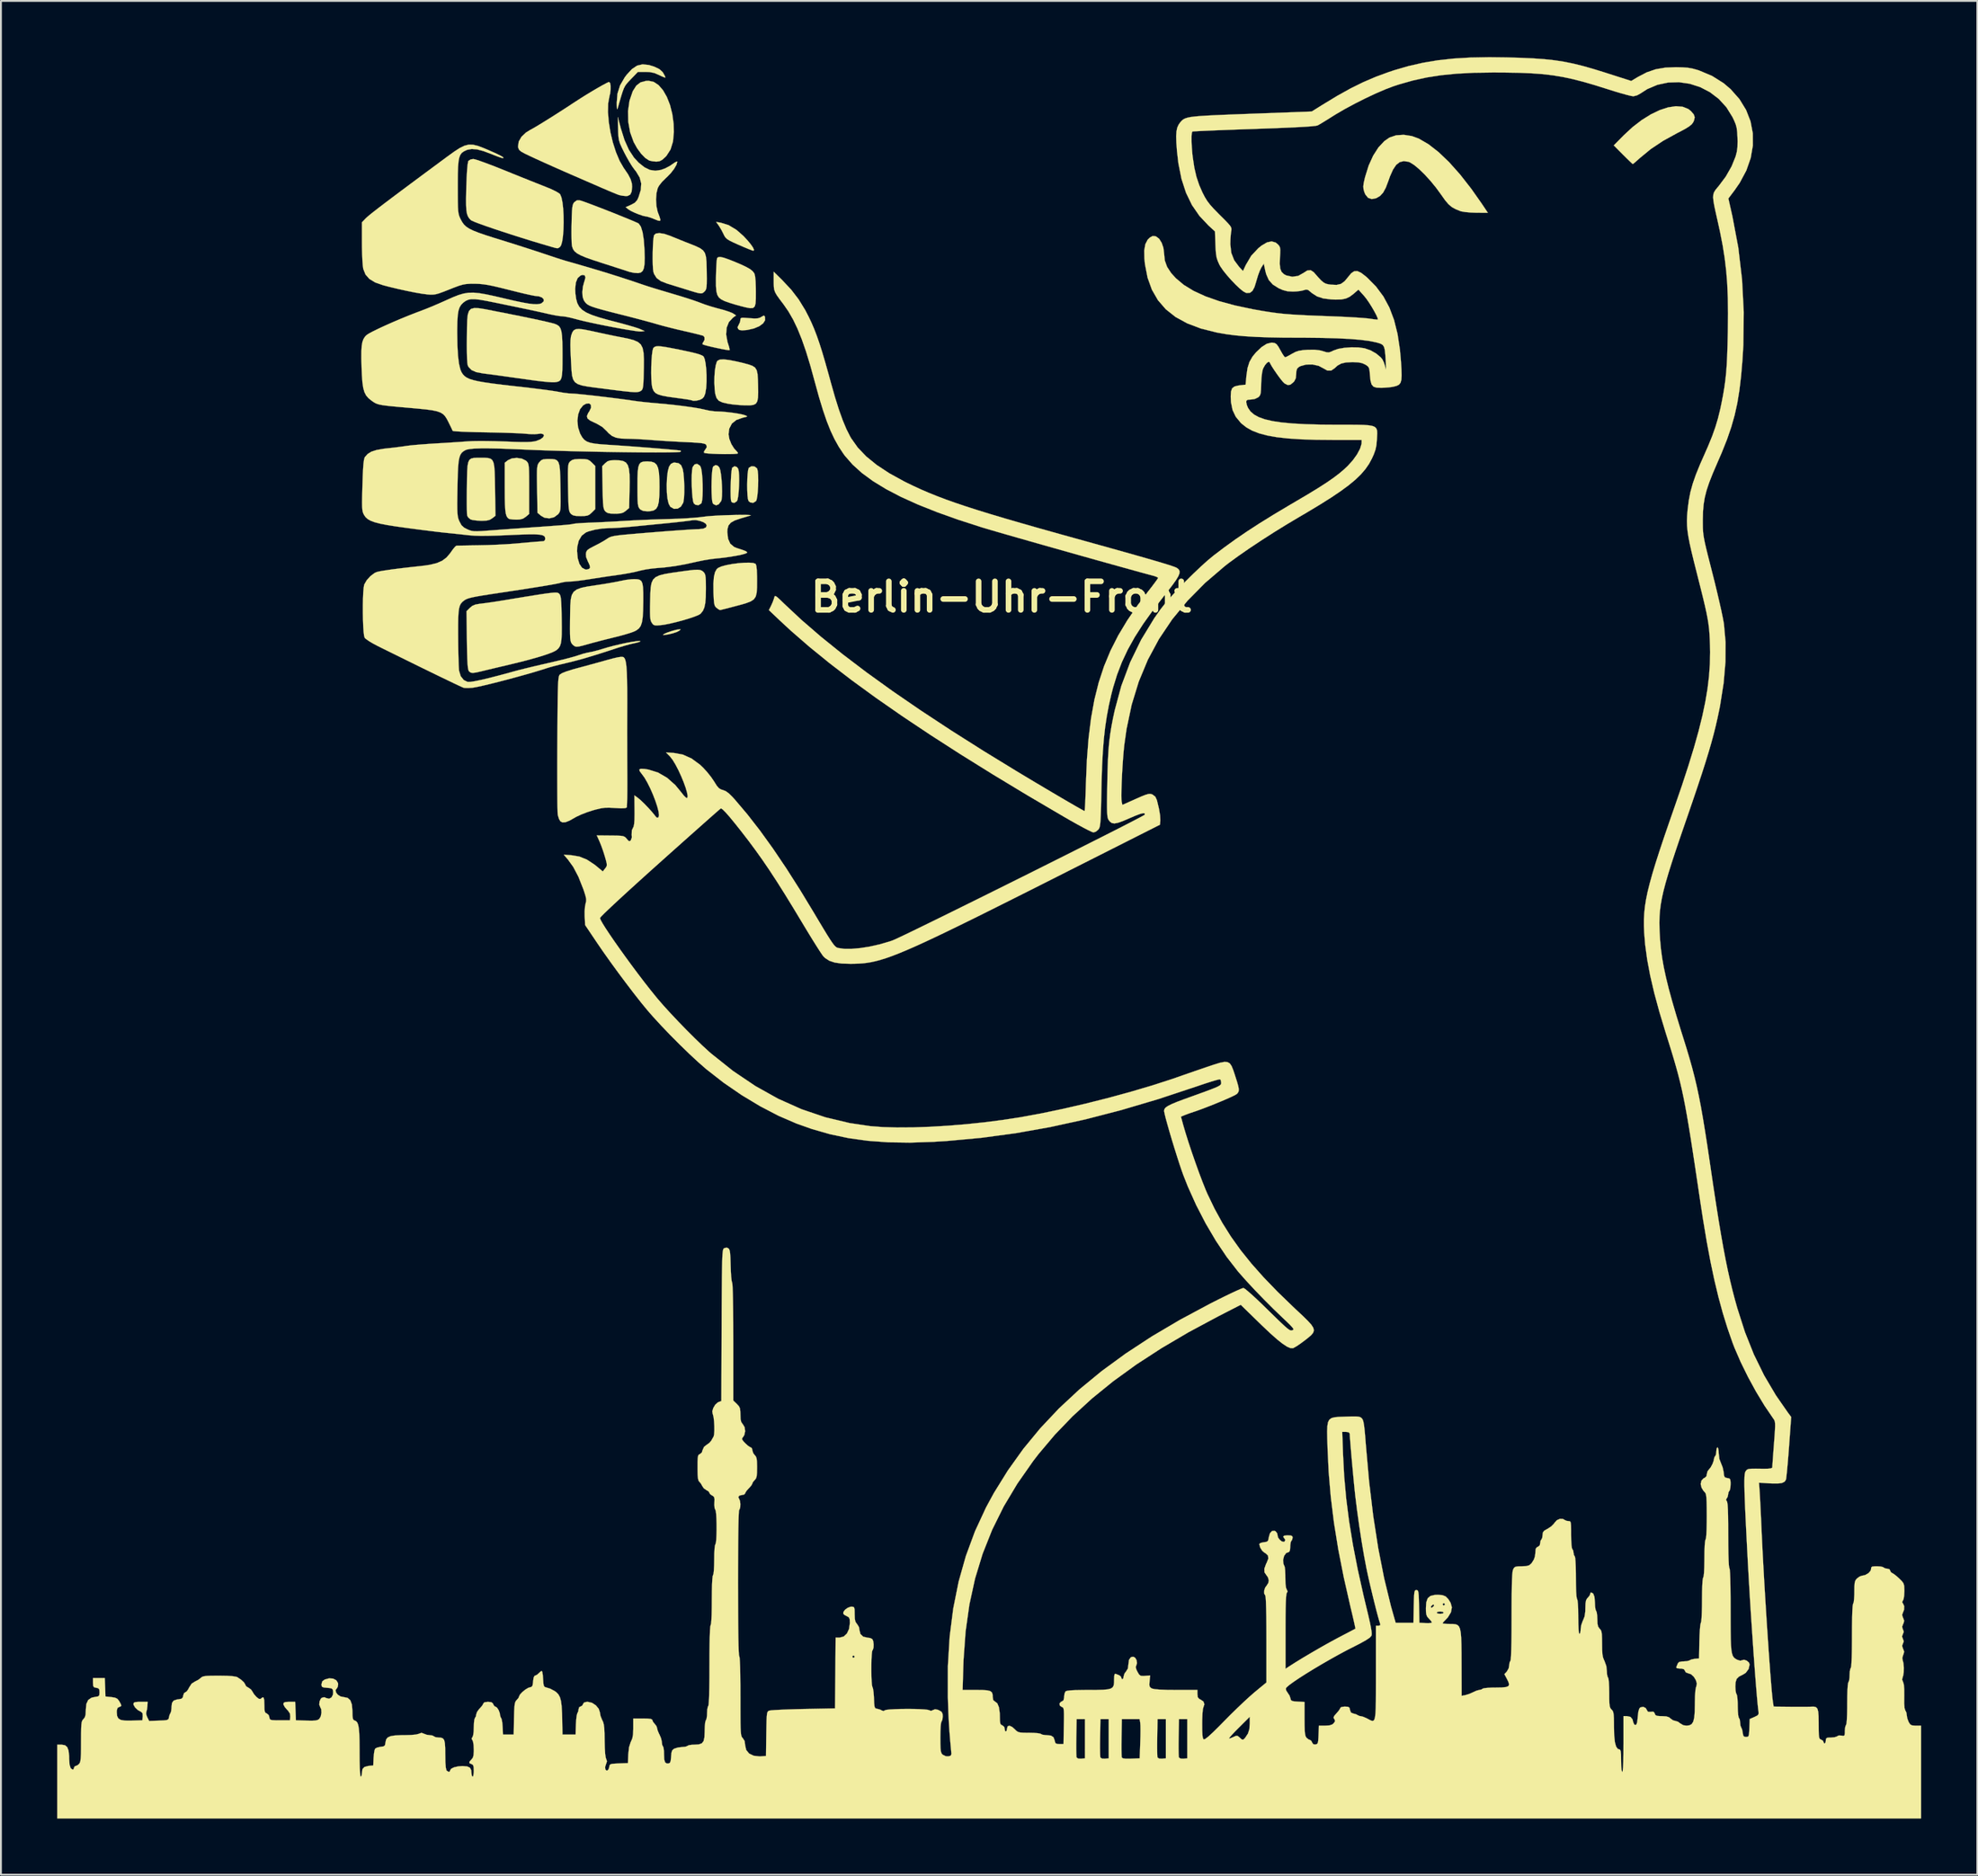
<source format=kicad_pcb>
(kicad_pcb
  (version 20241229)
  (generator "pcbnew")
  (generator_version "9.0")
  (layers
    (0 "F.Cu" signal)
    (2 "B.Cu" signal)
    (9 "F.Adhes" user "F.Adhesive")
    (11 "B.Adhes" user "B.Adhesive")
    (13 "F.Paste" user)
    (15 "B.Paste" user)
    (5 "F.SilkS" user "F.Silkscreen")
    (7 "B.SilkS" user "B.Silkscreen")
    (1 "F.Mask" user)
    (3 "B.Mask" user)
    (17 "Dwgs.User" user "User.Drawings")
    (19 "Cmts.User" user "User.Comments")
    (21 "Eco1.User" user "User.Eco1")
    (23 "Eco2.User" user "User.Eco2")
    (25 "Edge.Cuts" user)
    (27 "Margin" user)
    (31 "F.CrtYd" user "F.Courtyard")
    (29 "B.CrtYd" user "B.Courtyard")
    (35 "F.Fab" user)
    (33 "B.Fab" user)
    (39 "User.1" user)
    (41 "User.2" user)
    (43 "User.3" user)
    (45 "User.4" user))
  (footprint "Berlin-Uhr-Front"
    (layer "F.Cu")
    (at 50.361 28.823)
    (property "Reference" "Berlin-Uhr-Front" (at 0 0 0) (layer "F.SilkS") (effects (font (size 1.524 1.524) (thickness 0.3))))
    (attr through_hole)
    (fp_poly (pts (xy -17.1 1.738) (xy -17.159 1.795) (xy -17.168 1.802) (xy -17.301 1.871) (xy -17.511 1.94) (xy -17.745 1.996) (xy -17.955 2.027) (xy -18.021 2.029) (xy -18.029 2.008) (xy -17.938 1.956) (xy -17.812 1.902) (xy -17.581 1.822) (xy -17.357 1.76) (xy -17.272 1.742) (xy -17.132 1.724) (xy -17.1 1.738)) (stroke (width 0.01) (type solid)) (fill yes) (layer "F.SilkS"))
    (fp_poly (pts (xy -14.095 -6.937) (xy -14.028 -6.848) (xy -13.996 -6.719) (xy -13.979 -6.501) (xy -13.974 -6.225) (xy -13.981 -5.924) (xy -13.999 -5.629) (xy -14.026 -5.374) (xy -14.061 -5.189) (xy -14.092 -5.118) (xy -14.22 -5.027) (xy -14.342 -5.042) (xy -14.392 -5.094) (xy -14.413 -5.194) (xy -14.425 -5.389) (xy -14.429 -5.649) (xy -14.425 -5.944) (xy -14.414 -6.244) (xy -14.398 -6.52) (xy -14.377 -6.741) (xy -14.352 -6.878) (xy -14.34 -6.903) (xy -14.217 -6.98) (xy -14.095 -6.937)) (stroke (width 0.01) (type solid)) (fill yes) (layer "F.SilkS"))
    (fp_poly (pts (xy -15.104 -6.999) (xy -15.027 -6.906) (xy -14.981 -6.771) (xy -14.943 -6.545) (xy -14.912 -6.259) (xy -14.892 -5.947) (xy -14.884 -5.643) (xy -14.89 -5.379) (xy -14.911 -5.188) (xy -14.932 -5.124) (xy -15.063 -4.949) (xy -15.203 -4.893) (xy -15.343 -4.96) (xy -15.375 -4.995) (xy -15.407 -5.098) (xy -15.43 -5.298) (xy -15.443 -5.567) (xy -15.448 -5.875) (xy -15.443 -6.192) (xy -15.43 -6.49) (xy -15.409 -6.739) (xy -15.38 -6.91) (xy -15.356 -6.966) (xy -15.233 -7.043) (xy -15.104 -6.999)) (stroke (width 0.01) (type solid)) (fill yes) (layer "F.SilkS"))
    (fp_poly (pts (xy -14.961 -19.984) (xy -14.537 -19.853) (xy -14.114 -19.597) (xy -13.748 -19.276) (xy -13.527 -19.039) (xy -13.352 -18.826) (xy -13.233 -18.652) (xy -13.182 -18.533) (xy -13.208 -18.486) (xy -13.22 -18.486) (xy -13.308 -18.513) (xy -13.486 -18.582) (xy -13.727 -18.683) (xy -13.994 -18.798) (xy -14.291 -18.932) (xy -14.494 -19.033) (xy -14.626 -19.117) (xy -14.711 -19.202) (xy -14.773 -19.304) (xy -14.802 -19.367) (xy -14.912 -19.584) (xy -15.034 -19.788) (xy -15.06 -19.827) (xy -15.2 -20.023) (xy -14.961 -19.984)) (stroke (width 0.01) (type solid)) (fill yes) (layer "F.SilkS"))
    (fp_poly (pts (xy -13.157 -6.967) (xy -13.028 -6.873) (xy -13.013 -6.85) (xy -12.98 -6.72) (xy -12.962 -6.5) (xy -12.956 -6.223) (xy -12.963 -5.922) (xy -12.98 -5.628) (xy -13.007 -5.373) (xy -13.043 -5.19) (xy -13.073 -5.121) (xy -13.219 -5.027) (xy -13.379 -5.047) (xy -13.469 -5.121) (xy -13.504 -5.227) (xy -13.528 -5.429) (xy -13.541 -5.695) (xy -13.544 -5.994) (xy -13.537 -6.294) (xy -13.52 -6.565) (xy -13.494 -6.775) (xy -13.458 -6.894) (xy -13.454 -6.899) (xy -13.318 -6.977) (xy -13.157 -6.967)) (stroke (width 0.01) (type solid)) (fill yes) (layer "F.SilkS"))
    (fp_poly (pts (xy -17.205 -7.142) (xy -17.068 -7.031) (xy -16.983 -6.825) (xy -16.948 -6.628) (xy -16.916 -6.281) (xy -16.9 -5.918) (xy -16.901 -5.571) (xy -16.917 -5.275) (xy -16.95 -5.063) (xy -16.961 -5.025) (xy -17.082 -4.824) (xy -17.256 -4.715) (xy -17.451 -4.707) (xy -17.636 -4.81) (xy -17.647 -4.82) (xy -17.733 -4.976) (xy -17.795 -5.237) (xy -17.831 -5.581) (xy -17.838 -5.988) (xy -17.823 -6.337) (xy -17.782 -6.7) (xy -17.716 -6.951) (xy -17.617 -7.103) (xy -17.48 -7.17) (xy -17.41 -7.176) (xy -17.205 -7.142)) (stroke (width 0.01) (type solid)) (fill yes) (layer "F.SilkS"))
    (fp_poly (pts (xy -16.078 -7.02) (xy -16.039 -6.969) (xy -15.995 -6.84) (xy -15.961 -6.619) (xy -15.936 -6.336) (xy -15.921 -6.02) (xy -15.918 -5.701) (xy -15.926 -5.408) (xy -15.946 -5.172) (xy -15.979 -5.022) (xy -15.994 -4.995) (xy -16.14 -4.9) (xy -16.3 -4.92) (xy -16.391 -4.994) (xy -16.429 -5.102) (xy -16.46 -5.307) (xy -16.484 -5.579) (xy -16.5 -5.889) (xy -16.506 -6.208) (xy -16.502 -6.505) (xy -16.487 -6.752) (xy -16.46 -6.917) (xy -16.453 -6.937) (xy -16.351 -7.077) (xy -16.215 -7.106) (xy -16.078 -7.02)) (stroke (width 0.01) (type solid)) (fill yes) (layer "F.SilkS"))
    (fp_poly (pts (xy -12.624 -15.008) (xy -12.595 -14.952) (xy -12.589 -14.777) (xy -12.694 -14.61) (xy -12.894 -14.46) (xy -13.174 -14.34) (xy -13.518 -14.261) (xy -13.596 -14.25) (xy -13.821 -14.235) (xy -13.955 -14.255) (xy -14.019 -14.301) (xy -14.06 -14.399) (xy -14.003 -14.514) (xy -14.003 -14.515) (xy -13.927 -14.675) (xy -13.909 -14.782) (xy -13.902 -14.856) (xy -13.866 -14.896) (xy -13.774 -14.909) (xy -13.6 -14.899) (xy -13.432 -14.885) (xy -13.166 -14.867) (xy -12.988 -14.874) (xy -12.862 -14.911) (xy -12.796 -14.948) (xy -12.68 -15.015) (xy -12.624 -15.008)) (stroke (width 0.01) (type solid)) (fill yes) (layer "F.SilkS"))
    (fp_poly (pts (xy -25.57 -7.385) (xy -25.355 -7.281) (xy -25.317 -7.248) (xy -25.271 -7.196) (xy -25.236 -7.136) (xy -25.211 -7.049) (xy -25.195 -6.917) (xy -25.185 -6.723) (xy -25.18 -6.449) (xy -25.178 -6.077) (xy -25.178 -5.771) (xy -25.178 -4.434) (xy -25.356 -4.281) (xy -25.509 -4.18) (xy -25.694 -4.135) (xy -25.864 -4.128) (xy -26.066 -4.138) (xy -26.217 -4.16) (xy -26.264 -4.176) (xy -26.333 -4.237) (xy -26.386 -4.327) (xy -26.425 -4.462) (xy -26.452 -4.658) (xy -26.468 -4.93) (xy -26.477 -5.295) (xy -26.479 -5.77) (xy -26.48 -5.833) (xy -26.48 -7.166) (xy -26.305 -7.304) (xy -26.096 -7.399) (xy -25.834 -7.425) (xy -25.57 -7.385)) (stroke (width 0.01) (type solid)) (fill yes) (layer "F.SilkS"))
    (fp_poly (pts (xy -20.357 -7.293) (xy -20.16 -7.257) (xy -20.016 -7.178) (xy -19.917 -7.042) (xy -19.855 -6.836) (xy -19.823 -6.544) (xy -19.815 -6.153) (xy -19.822 -5.723) (xy -19.844 -4.751) (xy -20.022 -4.598) (xy -20.15 -4.509) (xy -20.298 -4.462) (xy -20.511 -4.446) (xy -20.599 -4.445) (xy -20.839 -4.454) (xy -20.991 -4.486) (xy -21.093 -4.551) (xy -21.12 -4.578) (xy -21.164 -4.639) (xy -21.196 -4.721) (xy -21.22 -4.846) (xy -21.237 -5.031) (xy -21.248 -5.296) (xy -21.257 -5.661) (xy -21.261 -5.847) (xy -21.28 -6.983) (xy -21.121 -7.143) (xy -20.997 -7.241) (xy -20.852 -7.289) (xy -20.634 -7.302) (xy -20.613 -7.303) (xy -20.357 -7.293)) (stroke (width 0.01) (type solid)) (fill yes) (layer "F.SilkS"))
    (fp_poly (pts (xy 36.366 -26.174) (xy 36.668 -26.054) (xy 36.81 -25.94) (xy 36.961 -25.763) (xy 37.012 -25.61) (xy 36.972 -25.435) (xy 36.923 -25.333) (xy 36.848 -25.233) (xy 36.713 -25.123) (xy 36.501 -24.991) (xy 36.194 -24.827) (xy 36.082 -24.771) (xy 35.321 -24.352) (xy 34.664 -23.913) (xy 34.089 -23.44) (xy 33.916 -23.285) (xy 33.782 -23.169) (xy 33.712 -23.116) (xy 33.708 -23.114) (xy 33.656 -23.156) (xy 33.535 -23.271) (xy 33.362 -23.439) (xy 33.188 -23.612) (xy 32.693 -24.111) (xy 33.222 -24.647) (xy 33.699 -25.09) (xy 34.186 -25.464) (xy 34.672 -25.767) (xy 35.145 -25.994) (xy 35.592 -26.14) (xy 36.003 -26.201) (xy 36.366 -26.174)) (stroke (width 0.01) (type solid)) (fill yes) (layer "F.SilkS"))
    (fp_poly (pts (xy -18.652 -7.221) (xy -18.491 -7.166) (xy -18.375 -7.058) (xy -18.298 -6.882) (xy -18.251 -6.621) (xy -18.229 -6.262) (xy -18.224 -5.865) (xy -18.232 -5.426) (xy -18.258 -5.097) (xy -18.312 -4.864) (xy -18.4 -4.71) (xy -18.531 -4.621) (xy -18.711 -4.581) (xy -18.866 -4.574) (xy -19.089 -4.593) (xy -19.235 -4.664) (xy -19.278 -4.706) (xy -19.323 -4.766) (xy -19.355 -4.847) (xy -19.377 -4.968) (xy -19.39 -5.15) (xy -19.397 -5.412) (xy -19.399 -5.775) (xy -19.399 -5.905) (xy -19.397 -6.35) (xy -19.384 -6.683) (xy -19.356 -6.921) (xy -19.305 -7.079) (xy -19.225 -7.174) (xy -19.111 -7.221) (xy -18.955 -7.236) (xy -18.866 -7.237) (xy -18.652 -7.221)) (stroke (width 0.01) (type solid)) (fill yes) (layer "F.SilkS"))
    (fp_poly (pts (xy -18.528 -27.498) (xy -18.27 -27.325) (xy -18.035 -27.053) (xy -17.831 -26.697) (xy -17.664 -26.272) (xy -17.542 -25.791) (xy -17.471 -25.269) (xy -17.457 -24.831) (xy -17.504 -24.316) (xy -17.634 -23.893) (xy -17.85 -23.556) (xy -17.91 -23.492) (xy -18.081 -23.339) (xy -18.223 -23.264) (xy -18.384 -23.245) (xy -18.399 -23.245) (xy -18.597 -23.262) (xy -18.762 -23.3) (xy -18.774 -23.304) (xy -18.979 -23.437) (xy -19.201 -23.664) (xy -19.416 -23.958) (xy -19.601 -24.29) (xy -19.789 -24.811) (xy -19.89 -25.373) (xy -19.901 -25.944) (xy -19.824 -26.492) (xy -19.656 -26.984) (xy -19.639 -27.02) (xy -19.458 -27.303) (xy -19.236 -27.475) (xy -18.951 -27.552) (xy -18.802 -27.559) (xy -18.528 -27.498)) (stroke (width 0.01) (type solid)) (fill yes) (layer "F.SilkS"))
    (fp_poly (pts (xy -14.5 -12.65) (xy -14.096 -12.57) (xy -13.799 -12.499) (xy -13.489 -12.418) (xy -13.27 -12.342) (xy -13.125 -12.246) (xy -13.039 -12.109) (xy -12.993 -11.907) (xy -12.973 -11.618) (xy -12.965 -11.337) (xy -12.958 -10.937) (xy -12.968 -10.646) (xy -13.005 -10.447) (xy -13.081 -10.323) (xy -13.205 -10.257) (xy -13.388 -10.232) (xy -13.638 -10.231) (xy -13.956 -10.246) (xy -14.299 -10.278) (xy -14.562 -10.316) (xy -14.862 -10.385) (xy -15.061 -10.479) (xy -15.181 -10.624) (xy -15.248 -10.846) (xy -15.278 -11.088) (xy -15.296 -11.428) (xy -15.291 -11.773) (xy -15.266 -12.095) (xy -15.223 -12.364) (xy -15.166 -12.553) (xy -15.127 -12.613) (xy -15.007 -12.671) (xy -14.801 -12.684) (xy -14.5 -12.65)) (stroke (width 0.01) (type solid)) (fill yes) (layer "F.SilkS"))
    (fp_poly (pts (xy -22.207 -7.36) (xy -22.055 -7.334) (xy -21.941 -7.273) (xy -21.839 -7.18) (xy -21.654 -6.995) (xy -21.654 -4.689) (xy -21.839 -4.504) (xy -21.956 -4.4) (xy -22.074 -4.344) (xy -22.238 -4.322) (xy -22.433 -4.318) (xy -22.674 -4.326) (xy -22.827 -4.357) (xy -22.929 -4.419) (xy -22.961 -4.452) (xy -23.003 -4.508) (xy -23.035 -4.586) (xy -23.058 -4.702) (xy -23.075 -4.876) (xy -23.086 -5.124) (xy -23.095 -5.466) (xy -23.102 -5.845) (xy -23.108 -6.276) (xy -23.11 -6.599) (xy -23.106 -6.831) (xy -23.095 -6.991) (xy -23.076 -7.096) (xy -23.047 -7.167) (xy -23.007 -7.219) (xy -22.991 -7.235) (xy -22.889 -7.31) (xy -22.748 -7.351) (xy -22.532 -7.365) (xy -22.442 -7.366) (xy -22.207 -7.36)) (stroke (width 0.01) (type solid)) (fill yes) (layer "F.SilkS"))
    (fp_poly (pts (xy -23.946 -7.363) (xy -23.8 -7.343) (xy -23.693 -7.291) (xy -23.617 -7.193) (xy -23.567 -7.033) (xy -23.537 -6.796) (xy -23.52 -6.468) (xy -23.51 -6.034) (xy -23.507 -5.843) (xy -23.501 -5.414) (xy -23.499 -5.093) (xy -23.502 -4.861) (xy -23.512 -4.7) (xy -23.532 -4.591) (xy -23.562 -4.515) (xy -23.605 -4.452) (xy -23.636 -4.415) (xy -23.845 -4.259) (xy -24.1 -4.197) (xy -24.357 -4.23) (xy -24.547 -4.337) (xy -24.733 -4.497) (xy -24.754 -5.758) (xy -24.76 -6.19) (xy -24.762 -6.514) (xy -24.759 -6.748) (xy -24.748 -6.912) (xy -24.728 -7.024) (xy -24.699 -7.103) (xy -24.657 -7.168) (xy -24.638 -7.193) (xy -24.543 -7.293) (xy -24.434 -7.345) (xy -24.266 -7.364) (xy -24.135 -7.366) (xy -23.946 -7.363)) (stroke (width 0.01) (type solid)) (fill yes) (layer "F.SilkS"))
    (fp_poly (pts (xy -27.747 -7.429) (xy -27.53 -7.429) (xy -27.361 -7.417) (xy -27.234 -7.38) (xy -27.142 -7.303) (xy -27.08 -7.172) (xy -27.041 -6.974) (xy -27.019 -6.693) (xy -27.007 -6.316) (xy -26.999 -5.828) (xy -26.998 -5.749) (xy -26.977 -4.335) (xy -27.15 -4.2) (xy -27.279 -4.121) (xy -27.438 -4.08) (xy -27.671 -4.068) (xy -27.742 -4.068) (xy -27.983 -4.081) (xy -28.191 -4.109) (xy -28.307 -4.142) (xy -28.432 -4.248) (xy -28.485 -4.347) (xy -28.494 -4.449) (xy -28.5 -4.657) (xy -28.504 -4.95) (xy -28.504 -5.309) (xy -28.501 -5.712) (xy -28.499 -5.866) (xy -28.493 -6.351) (xy -28.483 -6.724) (xy -28.464 -6.999) (xy -28.427 -7.192) (xy -28.367 -7.317) (xy -28.275 -7.388) (xy -28.146 -7.421) (xy -27.971 -7.43) (xy -27.747 -7.429)) (stroke (width 0.01) (type solid)) (fill yes) (layer "F.SilkS"))
    (fp_poly (pts (xy -18.792 -28.403) (xy -18.508 -28.315) (xy -18.239 -28.187) (xy -18.068 -28.037) (xy -18.029 -27.981) (xy -17.949 -27.839) (xy -17.908 -27.745) (xy -17.907 -27.737) (xy -17.958 -27.739) (xy -18.089 -27.791) (xy -18.238 -27.864) (xy -18.495 -27.975) (xy -18.749 -28.026) (xy -18.971 -28.035) (xy -19.375 -28.035) (xy -19.747 -27.65) (xy -19.879 -27.512) (xy -19.98 -27.397) (xy -20.06 -27.284) (xy -20.128 -27.15) (xy -20.194 -26.974) (xy -20.27 -26.732) (xy -20.366 -26.404) (xy -20.434 -26.162) (xy -20.467 -26.059) (xy -20.486 -26.042) (xy -20.497 -26.122) (xy -20.503 -26.312) (xy -20.504 -26.394) (xy -20.465 -26.875) (xy -20.326 -27.314) (xy -20.078 -27.742) (xy -19.968 -27.888) (xy -19.691 -28.187) (xy -19.418 -28.368) (xy -19.126 -28.438) (xy -18.792 -28.403)) (stroke (width 0.01) (type solid)) (fill yes) (layer "F.SilkS"))
    (fp_poly (pts (xy -14.789 -18.112) (xy -14.525 -18.02) (xy -14.26 -17.915) (xy -13.869 -17.75) (xy -13.582 -17.613) (xy -13.381 -17.497) (xy -13.249 -17.389) (xy -13.168 -17.28) (xy -13.161 -17.269) (xy -13.123 -17.121) (xy -13.097 -16.861) (xy -13.084 -16.499) (xy -13.082 -16.306) (xy -13.083 -15.933) (xy -13.098 -15.673) (xy -13.143 -15.51) (xy -13.233 -15.43) (xy -13.384 -15.419) (xy -13.612 -15.461) (xy -13.905 -15.535) (xy -14.201 -15.617) (xy -14.483 -15.704) (xy -14.705 -15.782) (xy -14.774 -15.809) (xy -14.939 -15.895) (xy -15.059 -15.996) (xy -15.14 -16.133) (xy -15.188 -16.327) (xy -15.209 -16.598) (xy -15.211 -16.966) (xy -15.208 -17.156) (xy -15.198 -17.479) (xy -15.185 -17.758) (xy -15.169 -17.968) (xy -15.152 -18.082) (xy -15.148 -18.093) (xy -15.083 -18.145) (xy -14.969 -18.153) (xy -14.789 -18.112)) (stroke (width 0.01) (type solid)) (fill yes) (layer "F.SilkS"))
    (fp_poly (pts (xy -13.224 -1.814) (xy -13.099 -1.77) (xy -13.094 -1.765) (xy -13.056 -1.662) (xy -13.031 -1.438) (xy -13.019 -1.091) (xy -13.018 -0.88) (xy -13.02 -0.503) (xy -13.039 -0.223) (xy -13.09 -0.02) (xy -13.19 0.127) (xy -13.357 0.237) (xy -13.606 0.332) (xy -13.954 0.432) (xy -14.129 0.478) (xy -14.435 0.559) (xy -14.697 0.627) (xy -14.889 0.675) (xy -14.988 0.697) (xy -14.995 0.698) (xy -15.069 0.662) (xy -15.177 0.584) (xy -15.239 0.523) (xy -15.282 0.441) (xy -15.309 0.314) (xy -15.327 0.116) (xy -15.341 -0.179) (xy -15.343 -0.249) (xy -15.347 -0.712) (xy -15.321 -1.063) (xy -15.263 -1.317) (xy -15.171 -1.485) (xy -15.095 -1.551) (xy -14.922 -1.628) (xy -14.67 -1.697) (xy -14.367 -1.755) (xy -14.043 -1.799) (xy -13.725 -1.825) (xy -13.443 -1.831) (xy -13.224 -1.814)) (stroke (width 0.01) (type solid)) (fill yes) (layer "F.SilkS"))
    (fp_poly (pts (xy -17.959 -19.384) (xy -17.645 -19.277) (xy -17.621 -19.267) (xy -17.395 -19.174) (xy -17.097 -19.053) (xy -16.774 -18.924) (xy -16.587 -18.851) (xy -16.281 -18.728) (xy -16.057 -18.62) (xy -15.901 -18.506) (xy -15.801 -18.363) (xy -15.745 -18.168) (xy -15.717 -17.9) (xy -15.707 -17.537) (xy -15.704 -17.351) (xy -15.7 -16.989) (xy -15.703 -16.731) (xy -15.714 -16.557) (xy -15.736 -16.443) (xy -15.771 -16.368) (xy -15.815 -16.316) (xy -15.881 -16.254) (xy -15.945 -16.217) (xy -16.031 -16.208) (xy -16.161 -16.229) (xy -16.358 -16.282) (xy -16.644 -16.369) (xy -16.796 -16.417) (xy -17.114 -16.516) (xy -17.425 -16.612) (xy -17.687 -16.693) (xy -17.823 -16.735) (xy -18.153 -16.864) (xy -18.376 -17.029) (xy -18.512 -17.245) (xy -18.545 -17.345) (xy -18.568 -17.503) (xy -18.582 -17.749) (xy -18.587 -18.052) (xy -18.585 -18.381) (xy -18.575 -18.705) (xy -18.559 -18.991) (xy -18.536 -19.209) (xy -18.511 -19.32) (xy -18.411 -19.406) (xy -18.221 -19.427) (xy -17.959 -19.384)) (stroke (width 0.01) (type solid)) (fill yes) (layer "F.SilkS"))
    (fp_poly (pts (xy -18.119 -13.376) (xy -17.871 -13.339) (xy -17.535 -13.277) (xy -17.093 -13.189) (xy -17.042 -13.178) (xy -16.617 -13.087) (xy -16.301 -13.012) (xy -16.081 -12.947) (xy -15.942 -12.889) (xy -15.868 -12.833) (xy -15.811 -12.699) (xy -15.765 -12.469) (xy -15.731 -12.173) (xy -15.713 -11.841) (xy -15.712 -11.503) (xy -15.731 -11.19) (xy -15.739 -11.118) (xy -15.784 -10.859) (xy -15.849 -10.693) (xy -15.935 -10.595) (xy -16.07 -10.526) (xy -16.248 -10.483) (xy -16.415 -10.473) (xy -16.515 -10.503) (xy -16.585 -10.521) (xy -16.756 -10.55) (xy -17.004 -10.586) (xy -17.305 -10.627) (xy -17.363 -10.635) (xy -17.776 -10.692) (xy -18.08 -10.749) (xy -18.296 -10.814) (xy -18.441 -10.894) (xy -18.534 -10.999) (xy -18.594 -11.137) (xy -18.61 -11.192) (xy -18.64 -11.376) (xy -18.658 -11.639) (xy -18.665 -11.951) (xy -18.662 -12.285) (xy -18.649 -12.612) (xy -18.627 -12.906) (xy -18.597 -13.136) (xy -18.561 -13.276) (xy -18.549 -13.295) (xy -18.492 -13.347) (xy -18.412 -13.379) (xy -18.293 -13.389) (xy -18.119 -13.376)) (stroke (width 0.01) (type solid)) (fill yes) (layer "F.SilkS"))
    (fp_poly (pts (xy -16.055 -1.439) (xy -15.96 -1.402) (xy -15.883 -1.341) (xy -15.875 -1.333) (xy -15.822 -1.268) (xy -15.785 -1.181) (xy -15.763 -1.049) (xy -15.752 -0.848) (xy -15.748 -0.553) (xy -15.748 -0.411) (xy -15.756 0.012) (xy -15.782 0.331) (xy -15.832 0.568) (xy -15.91 0.744) (xy -16.022 0.883) (xy -16.05 0.909) (xy -16.171 0.976) (xy -16.388 1.061) (xy -16.675 1.157) (xy -17.003 1.254) (xy -17.346 1.345) (xy -17.676 1.423) (xy -17.966 1.48) (xy -18.138 1.503) (xy -18.356 1.52) (xy -18.485 1.512) (xy -18.565 1.469) (xy -18.633 1.38) (xy -18.636 1.376) (xy -18.678 1.296) (xy -18.706 1.189) (xy -18.723 1.035) (xy -18.729 0.812) (xy -18.728 0.498) (xy -18.722 0.229) (xy -18.712 -0.182) (xy -18.692 -0.503) (xy -18.648 -0.747) (xy -18.565 -0.927) (xy -18.428 -1.058) (xy -18.225 -1.153) (xy -17.939 -1.226) (xy -17.557 -1.291) (xy -17.064 -1.361) (xy -17.052 -1.363) (xy -16.668 -1.414) (xy -16.388 -1.445) (xy -16.191 -1.453) (xy -16.055 -1.439)) (stroke (width 0.01) (type solid)) (fill yes) (layer "F.SilkS"))
    (fp_poly (pts (xy -22.285 -14.285) (xy -21.954 -14.221) (xy -21.714 -14.169) (xy -21.34 -14.086) (xy -20.952 -14.004) (xy -20.597 -13.93) (xy -20.32 -13.876) (xy -20.32 -13.876) (xy -19.914 -13.795) (xy -19.604 -13.714) (xy -19.378 -13.615) (xy -19.222 -13.481) (xy -19.125 -13.294) (xy -19.074 -13.036) (xy -19.056 -12.691) (xy -19.059 -12.24) (xy -19.062 -12.12) (xy -19.07 -11.735) (xy -19.081 -11.457) (xy -19.096 -11.267) (xy -19.119 -11.144) (xy -19.15 -11.068) (xy -19.194 -11.02) (xy -19.205 -11.012) (xy -19.264 -10.976) (xy -19.338 -10.951) (xy -19.442 -10.938) (xy -19.589 -10.938) (xy -19.796 -10.952) (xy -20.077 -10.981) (xy -20.447 -11.025) (xy -20.922 -11.085) (xy -21.174 -11.118) (xy -21.679 -11.182) (xy -22.073 -11.237) (xy -22.37 -11.295) (xy -22.586 -11.368) (xy -22.734 -11.469) (xy -22.828 -11.611) (xy -22.884 -11.806) (xy -22.914 -12.066) (xy -22.934 -12.405) (xy -22.948 -12.669) (xy -22.969 -13.115) (xy -22.977 -13.454) (xy -22.971 -13.704) (xy -22.951 -13.885) (xy -22.93 -13.974) (xy -22.873 -14.13) (xy -22.799 -14.236) (xy -22.689 -14.295) (xy -22.524 -14.311) (xy -22.285 -14.285)) (stroke (width 0.01) (type solid)) (fill yes) (layer "F.SilkS"))
    (fp_poly (pts (xy -22.47 -21.175) (xy -22.353 -21.139) (xy -22.144 -21.065) (xy -21.862 -20.96) (xy -21.527 -20.832) (xy -21.159 -20.69) (xy -20.779 -20.54) (xy -20.405 -20.391) (xy -20.057 -20.25) (xy -19.756 -20.126) (xy -19.521 -20.026) (xy -19.372 -19.958) (xy -19.331 -19.935) (xy -19.216 -19.767) (xy -19.126 -19.476) (xy -19.062 -19.064) (xy -19.025 -18.542) (xy -19.013 -18.107) (xy -19.022 -17.783) (xy -19.057 -17.555) (xy -19.121 -17.407) (xy -19.218 -17.325) (xy -19.353 -17.292) (xy -19.367 -17.291) (xy -19.578 -17.305) (xy -19.808 -17.353) (xy -19.844 -17.364) (xy -19.983 -17.41) (xy -20.219 -17.487) (xy -20.53 -17.587) (xy -20.891 -17.704) (xy -21.279 -17.828) (xy -21.313 -17.839) (xy -21.788 -17.995) (xy -22.154 -18.125) (xy -22.427 -18.24) (xy -22.622 -18.347) (xy -22.754 -18.455) (xy -22.836 -18.573) (xy -22.884 -18.709) (xy -22.896 -18.765) (xy -22.908 -18.901) (xy -22.916 -19.135) (xy -22.919 -19.441) (xy -22.917 -19.788) (xy -22.913 -19.958) (xy -22.903 -20.34) (xy -22.891 -20.616) (xy -22.873 -20.807) (xy -22.848 -20.935) (xy -22.812 -21.021) (xy -22.769 -21.078) (xy -22.629 -21.177) (xy -22.47 -21.175)) (stroke (width 0.01) (type solid)) (fill yes) (layer "F.SilkS"))
    (fp_poly (pts (xy 21.915 -24.609) (xy 22.288 -24.473) (xy 22.804 -24.173) (xy 23.345 -23.752) (xy 23.908 -23.213) (xy 24.49 -22.56) (xy 25.089 -21.794) (xy 25.645 -21.003) (xy 25.975 -20.511) (xy 25.354 -20.515) (xy 25.051 -20.526) (xy 24.773 -20.551) (xy 24.564 -20.586) (xy 24.505 -20.603) (xy 24.248 -20.708) (xy 24.048 -20.821) (xy 23.875 -20.968) (xy 23.7 -21.173) (xy 23.494 -21.463) (xy 23.483 -21.479) (xy 23.208 -21.856) (xy 22.91 -22.22) (xy 22.606 -22.553) (xy 22.312 -22.839) (xy 22.046 -23.061) (xy 21.823 -23.202) (xy 21.734 -23.237) (xy 21.484 -23.27) (xy 21.271 -23.218) (xy 21.084 -23.072) (xy 20.915 -22.822) (xy 20.753 -22.46) (xy 20.665 -22.212) (xy 20.528 -21.85) (xy 20.387 -21.591) (xy 20.226 -21.415) (xy 20.031 -21.299) (xy 20.021 -21.294) (xy 19.779 -21.244) (xy 19.582 -21.312) (xy 19.434 -21.496) (xy 19.378 -21.635) (xy 19.339 -21.783) (xy 19.329 -21.922) (xy 19.349 -22.091) (xy 19.402 -22.331) (xy 19.427 -22.429) (xy 19.615 -23.033) (xy 19.855 -23.562) (xy 20.136 -24.001) (xy 20.451 -24.339) (xy 20.728 -24.53) (xy 21.081 -24.649) (xy 21.487 -24.675) (xy 21.915 -24.609)) (stroke (width 0.01) (type solid)) (fill yes) (layer "F.SilkS"))
    (fp_poly (pts (xy -19.403 -0.946) (xy -19.278 -0.915) (xy -19.19 -0.844) (xy -19.134 -0.716) (xy -19.103 -0.515) (xy -19.09 -0.223) (xy -19.089 0.175) (xy -19.09 0.286) (xy -19.099 0.745) (xy -19.12 1.095) (xy -19.161 1.355) (xy -19.226 1.544) (xy -19.321 1.679) (xy -19.452 1.779) (xy -19.579 1.843) (xy -19.748 1.906) (xy -20.007 1.986) (xy -20.321 2.074) (xy -20.656 2.159) (xy -20.676 2.164) (xy -21.044 2.255) (xy -21.427 2.353) (xy -21.776 2.445) (xy -22.026 2.515) (xy -22.32 2.597) (xy -22.52 2.644) (xy -22.652 2.656) (xy -22.743 2.634) (xy -22.819 2.579) (xy -22.86 2.54) (xy -22.908 2.485) (xy -22.945 2.417) (xy -22.971 2.321) (xy -22.988 2.179) (xy -22.997 1.975) (xy -22.999 1.692) (xy -22.997 1.313) (xy -22.991 0.889) (xy -22.982 0.465) (xy -22.958 0.14) (xy -22.904 -0.101) (xy -22.803 -0.274) (xy -22.641 -0.397) (xy -22.402 -0.486) (xy -22.071 -0.556) (xy -21.631 -0.624) (xy -21.55 -0.636) (xy -21.189 -0.691) (xy -20.837 -0.751) (xy -20.529 -0.807) (xy -20.305 -0.853) (xy -20.284 -0.858) (xy -20.01 -0.912) (xy -19.723 -0.946) (xy -19.572 -0.953) (xy -19.403 -0.946)) (stroke (width 0.01) (type solid)) (fill yes) (layer "F.SilkS"))
    (fp_poly (pts (xy -27.867 -15.418) (xy -27.534 -15.365) (xy -27.099 -15.279) (xy -26.909 -15.242) (xy -26.255 -15.113) (xy -25.652 -14.992) (xy -25.111 -14.88) (xy -24.645 -14.781) (xy -24.266 -14.696) (xy -23.986 -14.629) (xy -23.818 -14.583) (xy -23.812 -14.581) (xy -23.682 -14.526) (xy -23.582 -14.453) (xy -23.509 -14.344) (xy -23.458 -14.183) (xy -23.426 -13.955) (xy -23.408 -13.642) (xy -23.401 -13.229) (xy -23.4 -12.909) (xy -23.401 -12.453) (xy -23.408 -12.108) (xy -23.426 -11.858) (xy -23.459 -11.687) (xy -23.511 -11.578) (xy -23.589 -11.515) (xy -23.695 -11.482) (xy -23.817 -11.465) (xy -23.962 -11.465) (xy -24.201 -11.48) (xy -24.501 -11.51) (xy -24.831 -11.55) (xy -24.86 -11.554) (xy -25.268 -11.611) (xy -25.724 -11.674) (xy -26.165 -11.736) (xy -26.448 -11.776) (xy -26.797 -11.825) (xy -27.148 -11.873) (xy -27.457 -11.913) (xy -27.638 -11.936) (xy -27.998 -12.004) (xy -28.251 -12.115) (xy -28.409 -12.276) (xy -28.454 -12.367) (xy -28.475 -12.489) (xy -28.49 -12.722) (xy -28.499 -13.049) (xy -28.502 -13.455) (xy -28.499 -13.893) (xy -28.493 -14.396) (xy -28.482 -14.785) (xy -28.453 -15.07) (xy -28.39 -15.265) (xy -28.281 -15.379) (xy -28.111 -15.426) (xy -27.867 -15.418)) (stroke (width 0.01) (type solid)) (fill yes) (layer "F.SilkS"))
    (fp_poly (pts (xy -28.044 -23.358) (xy -27.836 -23.291) (xy -27.548 -23.188) (xy -27.199 -23.057) (xy -26.808 -22.904) (xy -26.541 -22.797) (xy -26.088 -22.613) (xy -25.624 -22.426) (xy -25.178 -22.247) (xy -24.779 -22.088) (xy -24.458 -21.961) (xy -24.362 -21.924) (xy -24.008 -21.778) (xy -23.739 -21.648) (xy -23.569 -21.544) (xy -23.522 -21.497) (xy -23.454 -21.327) (xy -23.401 -21.068) (xy -23.364 -20.744) (xy -23.343 -20.378) (xy -23.338 -19.996) (xy -23.348 -19.621) (xy -23.373 -19.278) (xy -23.414 -18.991) (xy -23.47 -18.785) (xy -23.532 -18.689) (xy -23.603 -18.639) (xy -23.662 -18.618) (xy -23.75 -18.629) (xy -23.905 -18.671) (xy -24.003 -18.699) (xy -24.509 -18.848) (xy -25.036 -19.007) (xy -25.57 -19.173) (xy -26.095 -19.34) (xy -26.598 -19.504) (xy -27.062 -19.658) (xy -27.473 -19.799) (xy -27.816 -19.922) (xy -28.076 -20.021) (xy -28.238 -20.092) (xy -28.282 -20.118) (xy -28.375 -20.213) (xy -28.445 -20.322) (xy -28.495 -20.462) (xy -28.526 -20.651) (xy -28.541 -20.907) (xy -28.544 -21.248) (xy -28.535 -21.691) (xy -28.53 -21.898) (xy -28.511 -22.412) (xy -28.487 -22.811) (xy -28.46 -23.094) (xy -28.43 -23.254) (xy -28.416 -23.284) (xy -28.298 -23.36) (xy -28.154 -23.383) (xy -28.044 -23.358)) (stroke (width 0.01) (type solid)) (fill yes) (layer "F.SilkS"))
    (fp_poly (pts (xy -23.674 -0.226) (xy -23.624 -0.209) (xy -23.589 -0.184) (xy -23.574 -0.17) (xy -23.535 -0.117) (xy -23.505 -0.034) (xy -23.483 0.096) (xy -23.467 0.292) (xy -23.455 0.57) (xy -23.446 0.95) (xy -23.442 1.152) (xy -23.437 1.629) (xy -23.44 1.998) (xy -23.456 2.275) (xy -23.487 2.479) (xy -23.537 2.627) (xy -23.609 2.736) (xy -23.705 2.825) (xy -23.742 2.853) (xy -23.915 2.943) (xy -24.202 3.053) (xy -24.593 3.18) (xy -25.077 3.319) (xy -25.644 3.468) (xy -26.282 3.624) (xy -26.289 3.625) (xy -26.676 3.716) (xy -27.047 3.804) (xy -27.373 3.882) (xy -27.626 3.943) (xy -27.75 3.973) (xy -28.012 4.033) (xy -28.183 4.055) (xy -28.293 4.039) (xy -28.37 3.984) (xy -28.393 3.959) (xy -28.422 3.895) (xy -28.445 3.773) (xy -28.464 3.579) (xy -28.478 3.3) (xy -28.489 2.923) (xy -28.497 2.436) (xy -28.499 2.306) (xy -28.518 0.759) (xy -28.339 0.58) (xy -28.206 0.472) (xy -28.047 0.406) (xy -27.816 0.364) (xy -27.748 0.357) (xy -27.511 0.327) (xy -27.195 0.283) (xy -26.847 0.23) (xy -26.607 0.191) (xy -25.927 0.078) (xy -25.362 -0.015) (xy -24.9 -0.089) (xy -24.53 -0.147) (xy -24.241 -0.189) (xy -24.022 -0.216) (xy -23.862 -0.231) (xy -23.75 -0.234) (xy -23.674 -0.226)) (stroke (width 0.01) (type solid)) (fill yes) (layer "F.SilkS"))
    (fp_poly (pts (xy -20.287 -25.019) (xy -20.089 -24.39) (xy -19.857 -23.873) (xy -19.583 -23.455) (xy -19.332 -23.185) (xy -19.021 -22.938) (xy -18.734 -22.799) (xy -18.442 -22.758) (xy -18.155 -22.798) (xy -17.919 -22.883) (xy -17.668 -23.016) (xy -17.559 -23.091) (xy -17.406 -23.197) (xy -17.302 -23.249) (xy -17.272 -23.241) (xy -17.318 -23.077) (xy -17.441 -22.863) (xy -17.62 -22.631) (xy -17.834 -22.412) (xy -17.871 -22.379) (xy -18.083 -22.17) (xy -18.248 -21.959) (xy -18.317 -21.833) (xy -18.385 -21.558) (xy -18.409 -21.219) (xy -18.388 -20.873) (xy -18.324 -20.575) (xy -18.313 -20.542) (xy -18.218 -20.289) (xy -18.176 -20.141) (xy -18.198 -20.08) (xy -18.293 -20.093) (xy -18.471 -20.163) (xy -18.542 -20.193) (xy -18.734 -20.265) (xy -18.89 -20.31) (xy -18.936 -20.316) (xy -19.091 -20.347) (xy -19.31 -20.42) (xy -19.548 -20.516) (xy -19.758 -20.617) (xy -19.885 -20.696) (xy -20.027 -20.811) (xy -19.739 -20.939) (xy -19.539 -21.049) (xy -19.415 -21.187) (xy -19.344 -21.335) (xy -19.22 -21.733) (xy -19.197 -22.078) (xy -19.281 -22.397) (xy -19.475 -22.719) (xy -19.565 -22.831) (xy -19.685 -22.998) (xy -19.836 -23.242) (xy -19.996 -23.526) (xy -20.098 -23.72) (xy -20.237 -24.001) (xy -20.329 -24.209) (xy -20.384 -24.385) (xy -20.413 -24.57) (xy -20.426 -24.803) (xy -20.431 -24.987) (xy -20.448 -25.622) (xy -20.287 -25.019)) (stroke (width 0.01) (type solid)) (fill yes) (layer "F.SilkS"))
    (fp_poly (pts (xy -20.859 -27.439) (xy -20.831 -27.292) (xy -20.832 -27.089) (xy -20.862 -26.863) (xy -20.894 -26.733) (xy -20.963 -26.35) (xy -20.973 -25.884) (xy -20.931 -25.363) (xy -20.843 -24.815) (xy -20.713 -24.268) (xy -20.547 -23.749) (xy -20.352 -23.285) (xy -20.132 -22.904) (xy -20.109 -22.873) (xy -19.898 -22.561) (xy -19.766 -22.308) (xy -19.699 -22.083) (xy -19.685 -21.906) (xy -19.709 -21.641) (xy -19.786 -21.481) (xy -19.927 -21.411) (xy -20.021 -21.405) (xy -20.222 -21.426) (xy -20.384 -21.462) (xy -20.501 -21.506) (xy -20.706 -21.59) (xy -20.972 -21.701) (xy -21.271 -21.83) (xy -21.304 -21.844) (xy -21.681 -22.008) (xy -22.1 -22.19) (xy -22.505 -22.367) (xy -22.765 -22.479) (xy -23.341 -22.731) (xy -23.883 -22.971) (xy -24.376 -23.192) (xy -24.801 -23.385) (xy -25.144 -23.545) (xy -25.388 -23.662) (xy -25.4 -23.668) (xy -25.598 -23.776) (xy -25.707 -23.866) (xy -25.756 -23.968) (xy -25.77 -24.057) (xy -25.734 -24.314) (xy -25.588 -24.568) (xy -25.35 -24.795) (xy -25.13 -24.931) (xy -24.956 -25.027) (xy -24.694 -25.181) (xy -24.364 -25.384) (xy -23.982 -25.623) (xy -23.567 -25.887) (xy -23.138 -26.164) (xy -22.712 -26.444) (xy -22.701 -26.45) (xy -22.421 -26.632) (xy -22.115 -26.823) (xy -21.805 -27.011) (xy -21.511 -27.183) (xy -21.255 -27.329) (xy -21.056 -27.435) (xy -20.936 -27.491) (xy -20.915 -27.495) (xy -20.859 -27.439)) (stroke (width 0.01) (type solid)) (fill yes) (layer "F.SilkS"))
    (fp_poly (pts (xy -20.168 3.205) (xy -20.141 3.216) (xy -20.089 3.271) (xy -20.046 3.37) (xy -20.012 3.524) (xy -19.986 3.744) (xy -19.967 4.041) (xy -19.955 4.425) (xy -19.948 4.908) (xy -19.946 5.5) (xy -19.947 5.937) (xy -19.949 6.532) (xy -19.95 7.19) (xy -19.949 7.87) (xy -19.948 8.532) (xy -19.945 9.137) (xy -19.943 9.509) (xy -19.942 9.959) (xy -19.943 10.367) (xy -19.947 10.718) (xy -19.954 10.992) (xy -19.963 11.173) (xy -19.973 11.243) (xy -20.062 11.275) (xy -20.274 11.283) (xy -20.6 11.267) (xy -20.899 11.25) (xy -21.134 11.254) (xy -21.358 11.285) (xy -21.624 11.349) (xy -21.785 11.394) (xy -22.095 11.495) (xy -22.405 11.616) (xy -22.663 11.737) (xy -22.735 11.778) (xy -23.028 11.943) (xy -23.243 12.027) (xy -23.398 12.037) (xy -23.511 11.977) (xy -23.514 11.974) (xy -23.586 11.849) (xy -23.643 11.661) (xy -23.653 11.604) (xy -23.66 11.491) (xy -23.666 11.263) (xy -23.671 10.934) (xy -23.674 10.515) (xy -23.676 10.02) (xy -23.677 9.461) (xy -23.677 8.85) (xy -23.675 8.2) (xy -23.673 7.801) (xy -23.668 7.039) (xy -23.664 6.393) (xy -23.659 5.855) (xy -23.654 5.412) (xy -23.647 5.057) (xy -23.639 4.778) (xy -23.629 4.565) (xy -23.617 4.408) (xy -23.602 4.298) (xy -23.585 4.223) (xy -23.564 4.174) (xy -23.541 4.144) (xy -23.421 4.067) (xy -23.189 3.975) (xy -22.859 3.871) (xy -22.652 3.814) (xy -22.261 3.709) (xy -21.811 3.586) (xy -21.364 3.463) (xy -21.062 3.378) (xy -20.701 3.281) (xy -20.443 3.221) (xy -20.271 3.197) (xy -20.168 3.205)) (stroke (width 0.01) (type solid)) (fill yes) (layer "F.SilkS"))
    (fp_poly (pts (xy -11.679 -16.921) (xy -11.198 -16.408) (xy -10.8 -15.889) (xy -10.45 -15.318) (xy -10.261 -14.954) (xy -10.111 -14.636) (xy -9.97 -14.307) (xy -9.833 -13.951) (xy -9.694 -13.55) (xy -9.547 -13.088) (xy -9.387 -12.546) (xy -9.208 -11.909) (xy -9.084 -11.456) (xy -8.862 -10.673) (xy -8.652 -10.003) (xy -8.449 -9.437) (xy -8.251 -8.962) (xy -8.051 -8.567) (xy -7.996 -8.472) (xy -7.645 -7.976) (xy -7.193 -7.503) (xy -6.634 -7.048) (xy -5.961 -6.604) (xy -5.168 -6.168) (xy -5.048 -6.108) (xy -4.658 -5.919) (xy -4.262 -5.737) (xy -3.851 -5.56) (xy -3.415 -5.384) (xy -2.946 -5.206) (xy -2.433 -5.024) (xy -1.869 -4.834) (xy -1.243 -4.633) (xy -0.546 -4.418) (xy 0.231 -4.186) (xy 1.096 -3.935) (xy 2.06 -3.66) (xy 3.132 -3.359) (xy 3.937 -3.135) (xy 4.921 -2.862) (xy 5.789 -2.62) (xy 6.546 -2.408) (xy 7.199 -2.224) (xy 7.754 -2.065) (xy 8.217 -1.931) (xy 8.593 -1.819) (xy 8.89 -1.728) (xy 9.112 -1.656) (xy 9.267 -1.602) (xy 9.36 -1.562) (xy 9.382 -1.55) (xy 9.477 -1.473) (xy 9.525 -1.382) (xy 9.521 -1.265) (xy 9.46 -1.109) (xy 9.335 -0.901) (xy 9.141 -0.629) (xy 8.872 -0.28) (xy 8.72 -0.089) (xy 8.104 0.71) (xy 7.578 1.447) (xy 7.133 2.142) (xy 6.76 2.812) (xy 6.449 3.474) (xy 6.191 4.146) (xy 5.976 4.845) (xy 5.883 5.207) (xy 5.751 5.788) (xy 5.643 6.364) (xy 5.554 6.955) (xy 5.484 7.581) (xy 5.431 8.263) (xy 5.391 9.023) (xy 5.363 9.88) (xy 5.355 10.274) (xy 5.343 10.832) (xy 5.333 11.278) (xy 5.322 11.625) (xy 5.309 11.887) (xy 5.294 12.079) (xy 5.276 12.214) (xy 5.253 12.307) (xy 5.224 12.372) (xy 5.193 12.417) (xy 5.063 12.529) (xy 4.933 12.572) (xy 4.842 12.541) (xy 4.658 12.454) (xy 4.398 12.319) (xy 4.077 12.145) (xy 3.711 11.94) (xy 3.371 11.744) (xy 1.407 10.589) (xy -0.439 9.473) (xy -2.169 8.395) (xy -3.784 7.355) (xy -5.288 6.35) (xy -6.682 5.38) (xy -7.969 4.442) (xy -9.149 3.536) (xy -10.226 2.66) (xy -11.201 1.813) (xy -11.817 1.243) (xy -12.386 0.701) (xy -12.266 0.462) (xy -12.178 0.263) (xy -12.113 0.08) (xy -12.105 0.051) (xy -12.084 -0.022) (xy -12.053 -0.052) (xy -11.993 -0.029) (xy -11.889 0.056) (xy -11.723 0.213) (xy -11.572 0.36) (xy -10.642 1.23) (xy -9.601 2.13) (xy -8.448 3.06) (xy -7.181 4.023) (xy -5.799 5.019) (xy -4.3 6.048) (xy -2.685 7.112) (xy -0.95 8.212) (xy 0.794 9.281) (xy 1.293 9.581) (xy 1.795 9.882) (xy 2.288 10.175) (xy 2.759 10.454) (xy 3.196 10.712) (xy 3.587 10.941) (xy 3.921 11.134) (xy 4.184 11.284) (xy 4.365 11.385) (xy 4.452 11.429) (xy 4.457 11.43) (xy 4.468 11.369) (xy 4.48 11.2) (xy 4.494 10.938) (xy 4.508 10.602) (xy 4.521 10.21) (xy 4.529 9.954) (xy 4.582 8.689) (xy 4.672 7.532) (xy 4.804 6.469) (xy 4.982 5.486) (xy 5.211 4.567) (xy 5.496 3.699) (xy 5.841 2.868) (xy 6.251 2.058) (xy 6.732 1.255) (xy 7.286 0.445) (xy 7.836 -0.28) (xy 8.034 -0.535) (xy 8.199 -0.754) (xy 8.319 -0.918) (xy 8.378 -1.009) (xy 8.382 -1.019) (xy 8.327 -1.062) (xy 8.191 -1.114) (xy 8.144 -1.127) (xy 7.821 -1.214) (xy 7.4 -1.329) (xy 6.896 -1.468) (xy 6.322 -1.628) (xy 5.692 -1.803) (xy 5.022 -1.991) (xy 4.324 -2.187) (xy 3.612 -2.388) (xy 2.901 -2.589) (xy 2.205 -2.786) (xy 1.538 -2.976) (xy 0.913 -3.154) (xy 0.345 -3.317) (xy -0.151 -3.46) (xy -0.563 -3.58) (xy -0.876 -3.673) (xy -1.023 -3.717) (xy -2.283 -4.124) (xy -3.42 -4.53) (xy -4.439 -4.937) (xy -5.345 -5.347) (xy -6.141 -5.763) (xy -6.833 -6.187) (xy -7.425 -6.621) (xy -7.92 -7.069) (xy -8.325 -7.531) (xy -8.414 -7.652) (xy -8.659 -8.024) (xy -8.884 -8.427) (xy -9.096 -8.877) (xy -9.3 -9.39) (xy -9.502 -9.981) (xy -9.71 -10.665) (xy -9.928 -11.459) (xy -9.938 -11.493) (xy -10.175 -12.356) (xy -10.404 -13.106) (xy -10.63 -13.756) (xy -10.858 -14.32) (xy -11.093 -14.811) (xy -11.341 -15.242) (xy -11.607 -15.627) (xy -11.614 -15.636) (xy -11.821 -15.909) (xy -11.963 -16.11) (xy -12.053 -16.267) (xy -12.102 -16.409) (xy -12.123 -16.565) (xy -12.128 -16.763) (xy -12.128 -16.858) (xy -12.129 -17.364) (xy -11.679 -16.921)) (stroke (width 0.01) (type solid)) (fill yes) (layer "F.SilkS"))
    (fp_poly (pts (xy -28.173 -24.146) (xy -27.916 -24.084) (xy -27.607 -23.968) (xy -27.393 -23.878) (xy -27.011 -23.71) (xy -26.744 -23.583) (xy -26.589 -23.495) (xy -26.543 -23.446) (xy -26.593 -23.431) (xy -26.683 -23.455) (xy -26.858 -23.516) (xy -27.087 -23.605) (xy -27.193 -23.648) (xy -27.62 -23.808) (xy -27.962 -23.897) (xy -28.241 -23.918) (xy -28.476 -23.875) (xy -28.528 -23.855) (xy -28.664 -23.79) (xy -28.771 -23.712) (xy -28.851 -23.605) (xy -28.909 -23.455) (xy -28.948 -23.245) (xy -28.972 -22.96) (xy -28.984 -22.585) (xy -28.988 -22.104) (xy -28.988 -21.907) (xy -28.987 -21.443) (xy -28.984 -21.087) (xy -28.978 -20.82) (xy -28.966 -20.623) (xy -28.946 -20.477) (xy -28.918 -20.364) (xy -28.88 -20.264) (xy -28.838 -20.175) (xy -28.754 -20.02) (xy -28.659 -19.888) (xy -28.539 -19.773) (xy -28.378 -19.666) (xy -28.162 -19.56) (xy -27.876 -19.447) (xy -27.505 -19.319) (xy -27.034 -19.168) (xy -26.753 -19.081) (xy -26.274 -18.932) (xy -25.778 -18.775) (xy -25.297 -18.621) (xy -24.862 -18.48) (xy -24.504 -18.362) (xy -24.384 -18.322) (xy -24.04 -18.206) (xy -23.706 -18.096) (xy -23.416 -18.004) (xy -23.205 -17.939) (xy -23.177 -17.931) (xy -22.351 -17.694) (xy -21.617 -17.478) (xy -20.946 -17.274) (xy -20.307 -17.072) (xy -19.669 -16.863) (xy -19.018 -16.642) (xy -18.83 -16.581) (xy -18.549 -16.493) (xy -18.204 -16.388) (xy -17.823 -16.274) (xy -17.526 -16.186) (xy -17.138 -16.07) (xy -16.763 -15.953) (xy -16.43 -15.844) (xy -16.168 -15.752) (xy -16.034 -15.701) (xy -15.792 -15.611) (xy -15.482 -15.511) (xy -15.159 -15.418) (xy -15.057 -15.392) (xy -14.779 -15.316) (xy -14.531 -15.236) (xy -14.352 -15.166) (xy -14.3 -15.138) (xy -14.139 -15.032) (xy -14.31 -14.907) (xy -14.521 -14.679) (xy -14.641 -14.376) (xy -14.668 -14.018) (xy -14.598 -13.623) (xy -14.562 -13.511) (xy -14.506 -13.333) (xy -14.482 -13.21) (xy -14.486 -13.178) (xy -14.556 -13.179) (xy -14.719 -13.204) (xy -14.944 -13.247) (xy -15.2 -13.301) (xy -15.457 -13.359) (xy -15.684 -13.414) (xy -15.85 -13.461) (xy -15.926 -13.492) (xy -15.92 -13.56) (xy -15.887 -13.603) (xy -15.821 -13.729) (xy -15.824 -13.866) (xy -15.877 -13.94) (xy -15.959 -13.967) (xy -16.142 -14.016) (xy -16.403 -14.08) (xy -16.717 -14.155) (xy -16.887 -14.193) (xy -17.272 -14.283) (xy -17.664 -14.38) (xy -18.023 -14.472) (xy -18.308 -14.551) (xy -18.361 -14.567) (xy -18.611 -14.639) (xy -18.947 -14.731) (xy -19.335 -14.835) (xy -19.738 -14.94) (xy -19.939 -14.992) (xy -20.505 -15.135) (xy -20.961 -15.252) (xy -21.32 -15.348) (xy -21.597 -15.427) (xy -21.803 -15.495) (xy -21.953 -15.555) (xy -22.059 -15.614) (xy -22.136 -15.676) (xy -22.196 -15.745) (xy -22.252 -15.827) (xy -22.262 -15.842) (xy -22.324 -16.025) (xy -22.339 -16.28) (xy -22.31 -16.565) (xy -22.237 -16.834) (xy -22.221 -16.874) (xy -22.174 -17.063) (xy -22.216 -17.174) (xy -22.336 -17.194) (xy -22.439 -17.16) (xy -22.592 -17.023) (xy -22.688 -16.783) (xy -22.722 -16.454) (xy -22.711 -16.205) (xy -22.673 -15.923) (xy -22.61 -15.69) (xy -22.507 -15.496) (xy -22.352 -15.332) (xy -22.131 -15.188) (xy -21.832 -15.056) (xy -21.441 -14.925) (xy -20.945 -14.785) (xy -20.637 -14.706) (xy -20.26 -14.607) (xy -19.907 -14.509) (xy -19.605 -14.421) (xy -19.38 -14.35) (xy -19.272 -14.31) (xy -19.018 -14.197) (xy -19.202 -14.173) (xy -19.324 -14.178) (xy -19.549 -14.207) (xy -19.856 -14.255) (xy -20.225 -14.318) (xy -20.634 -14.393) (xy -21.063 -14.476) (xy -21.49 -14.562) (xy -21.895 -14.648) (xy -22.257 -14.729) (xy -22.555 -14.802) (xy -22.669 -14.833) (xy -22.941 -14.904) (xy -23.191 -14.957) (xy -23.375 -14.984) (xy -23.413 -14.986) (xy -23.568 -15) (xy -23.803 -15.039) (xy -24.077 -15.094) (xy -24.175 -15.117) (xy -24.52 -15.196) (xy -24.911 -15.282) (xy -25.269 -15.359) (xy -25.305 -15.366) (xy -25.565 -15.42) (xy -25.914 -15.493) (xy -26.315 -15.576) (xy -26.734 -15.663) (xy -26.988 -15.715) (xy -27.446 -15.807) (xy -27.801 -15.869) (xy -28.071 -15.899) (xy -28.276 -15.899) (xy -28.436 -15.867) (xy -28.569 -15.805) (xy -28.696 -15.712) (xy -28.698 -15.71) (xy -28.809 -15.597) (xy -28.892 -15.46) (xy -28.951 -15.279) (xy -28.988 -15.035) (xy -29.009 -14.709) (xy -29.017 -14.282) (xy -29.017 -14.097) (xy -29.006 -13.429) (xy -28.975 -12.883) (xy -28.923 -12.458) (xy -28.85 -12.148) (xy -28.783 -11.993) (xy -28.711 -11.885) (xy -28.624 -11.793) (xy -28.511 -11.712) (xy -28.36 -11.641) (xy -28.159 -11.577) (xy -27.898 -11.517) (xy -27.564 -11.458) (xy -27.146 -11.397) (xy -26.633 -11.332) (xy -26.012 -11.26) (xy -25.527 -11.206) (xy -25.076 -11.154) (xy -24.64 -11.1) (xy -24.245 -11.049) (xy -23.915 -11.002) (xy -23.676 -10.963) (xy -23.602 -10.949) (xy -23.332 -10.901) (xy -23.065 -10.869) (xy -22.89 -10.858) (xy -22.744 -10.851) (xy -22.494 -10.828) (xy -22.163 -10.794) (xy -21.774 -10.752) (xy -21.348 -10.702) (xy -20.91 -10.65) (xy -20.48 -10.596) (xy -20.081 -10.543) (xy -19.737 -10.495) (xy -19.59 -10.473) (xy -19.33 -10.438) (xy -18.996 -10.4) (xy -18.64 -10.365) (xy -18.447 -10.348) (xy -17.923 -10.302) (xy -17.403 -10.247) (xy -16.911 -10.187) (xy -16.471 -10.125) (xy -16.107 -10.065) (xy -15.842 -10.009) (xy -15.814 -10.001) (xy -15.555 -9.945) (xy -15.29 -9.911) (xy -15.177 -9.906) (xy -14.921 -9.896) (xy -14.614 -9.869) (xy -14.296 -9.83) (xy -14.002 -9.784) (xy -13.772 -9.736) (xy -13.667 -9.704) (xy -13.566 -9.659) (xy -13.555 -9.63) (xy -13.647 -9.601) (xy -13.775 -9.573) (xy -14.121 -9.452) (xy -14.363 -9.257) (xy -14.502 -8.989) (xy -14.54 -8.686) (xy -14.497 -8.435) (xy -14.39 -8.162) (xy -14.244 -7.929) (xy -14.169 -7.848) (xy -14.07 -7.741) (xy -14.034 -7.668) (xy -14.092 -7.648) (xy -14.251 -7.635) (xy -14.481 -7.629) (xy -14.756 -7.628) (xy -15.049 -7.633) (xy -15.331 -7.643) (xy -15.577 -7.657) (xy -15.757 -7.675) (xy -15.846 -7.697) (xy -15.848 -7.699) (xy -15.845 -7.774) (xy -15.777 -7.877) (xy -15.699 -8) (xy -15.721 -8.108) (xy -15.726 -8.116) (xy -15.77 -8.158) (xy -15.854 -8.19) (xy -15.998 -8.216) (xy -16.219 -8.236) (xy -16.536 -8.255) (xy -16.802 -8.268) (xy -17.236 -8.289) (xy -17.709 -8.316) (xy -18.17 -8.345) (xy -18.565 -8.374) (xy -18.63 -8.379) (xy -18.992 -8.405) (xy -19.356 -8.427) (xy -19.679 -8.441) (xy -19.9 -8.446) (xy -20.27 -8.459) (xy -20.545 -8.506) (xy -20.758 -8.598) (xy -20.939 -8.745) (xy -21.032 -8.848) (xy -21.275 -9.079) (xy -21.592 -9.264) (xy -21.681 -9.303) (xy -21.93 -9.423) (xy -22.065 -9.534) (xy -22.096 -9.657) (xy -22.033 -9.812) (xy -21.966 -9.912) (xy -21.873 -10.108) (xy -21.883 -10.255) (xy -21.974 -10.334) (xy -22.127 -10.326) (xy -22.297 -10.231) (xy -22.462 -10.026) (xy -22.565 -9.742) (xy -22.602 -9.412) (xy -22.571 -9.067) (xy -22.467 -8.741) (xy -22.447 -8.699) (xy -22.349 -8.525) (xy -22.241 -8.395) (xy -22.103 -8.299) (xy -21.915 -8.231) (xy -21.658 -8.183) (xy -21.31 -8.148) (xy -20.932 -8.122) (xy -20.549 -8.097) (xy -20.114 -8.067) (xy -19.647 -8.033) (xy -19.166 -7.996) (xy -18.692 -7.959) (xy -18.245 -7.922) (xy -17.843 -7.888) (xy -17.506 -7.858) (xy -17.255 -7.833) (xy -17.108 -7.815) (xy -17.097 -7.813) (xy -17.082 -7.762) (xy -17.081 -7.758) (xy -17.143 -7.742) (xy -17.32 -7.731) (xy -17.6 -7.723) (xy -17.972 -7.718) (xy -18.425 -7.717) (xy -18.946 -7.718) (xy -19.524 -7.723) (xy -20.147 -7.73) (xy -20.804 -7.74) (xy -21.482 -7.752) (xy -22.171 -7.767) (xy -22.858 -7.783) (xy -23.532 -7.802) (xy -24.181 -7.822) (xy -24.794 -7.844) (xy -25.358 -7.868) (xy -25.4 -7.87) (xy -26.159 -7.902) (xy -26.8 -7.924) (xy -27.331 -7.934) (xy -27.759 -7.934) (xy -28.092 -7.923) (xy -28.339 -7.901) (xy -28.507 -7.868) (xy -28.577 -7.841) (xy -28.693 -7.773) (xy -28.784 -7.69) (xy -28.854 -7.579) (xy -28.906 -7.424) (xy -28.944 -7.209) (xy -28.969 -6.919) (xy -28.987 -6.538) (xy -28.999 -6.052) (xy -29.003 -5.831) (xy -29.011 -5.351) (xy -29.015 -4.98) (xy -29.013 -4.7) (xy -29.005 -4.491) (xy -28.99 -4.337) (xy -28.967 -4.218) (xy -28.935 -4.117) (xy -28.9 -4.035) (xy -28.789 -3.831) (xy -28.646 -3.7) (xy -28.475 -3.611) (xy -28.358 -3.562) (xy -28.248 -3.529) (xy -28.122 -3.512) (xy -27.955 -3.508) (xy -27.723 -3.518) (xy -27.401 -3.54) (xy -27.187 -3.556) (xy -26.759 -3.588) (xy -26.293 -3.622) (xy -25.842 -3.655) (xy -25.456 -3.683) (xy -25.4 -3.687) (xy -24.764 -3.732) (xy -24.243 -3.769) (xy -23.826 -3.8) (xy -23.499 -3.825) (xy -23.252 -3.846) (xy -23.072 -3.864) (xy -22.948 -3.878) (xy -22.868 -3.892) (xy -22.828 -3.902) (xy -22.717 -3.919) (xy -22.509 -3.937) (xy -22.234 -3.954) (xy -21.939 -3.966) (xy -21.598 -3.98) (xy -21.175 -4) (xy -20.716 -4.024) (xy -20.267 -4.05) (xy -20.098 -4.061) (xy -19.666 -4.085) (xy -19.154 -4.11) (xy -18.609 -4.132) (xy -18.078 -4.15) (xy -17.725 -4.16) (xy -17.284 -4.174) (xy -16.842 -4.196) (xy -16.431 -4.224) (xy -16.083 -4.255) (xy -15.837 -4.286) (xy -15.655 -4.308) (xy -15.405 -4.328) (xy -15.106 -4.346) (xy -14.779 -4.361) (xy -14.444 -4.372) (xy -14.121 -4.38) (xy -13.83 -4.384) (xy -13.591 -4.382) (xy -13.426 -4.375) (xy -13.353 -4.363) (xy -13.367 -4.35) (xy -13.455 -4.323) (xy -13.63 -4.271) (xy -13.856 -4.205) (xy -13.89 -4.195) (xy -14.208 -4.086) (xy -14.419 -3.967) (xy -14.543 -3.818) (xy -14.597 -3.62) (xy -14.605 -3.465) (xy -14.566 -3.108) (xy -14.448 -2.846) (xy -14.244 -2.672) (xy -14.097 -2.611) (xy -13.817 -2.521) (xy -13.644 -2.456) (xy -13.561 -2.407) (xy -13.552 -2.365) (xy -13.563 -2.351) (xy -13.66 -2.309) (xy -13.855 -2.257) (xy -14.123 -2.203) (xy -14.435 -2.149) (xy -14.765 -2.102) (xy -15.085 -2.066) (xy -15.147 -2.061) (xy -15.477 -2.023) (xy -15.846 -1.963) (xy -16.161 -1.899) (xy -16.831 -1.751) (xy -17.416 -1.646) (xy -17.948 -1.578) (xy -18.287 -1.551) (xy -18.613 -1.52) (xy -18.95 -1.471) (xy -19.236 -1.412) (xy -19.304 -1.394) (xy -19.543 -1.335) (xy -19.862 -1.271) (xy -20.211 -1.211) (xy -20.447 -1.176) (xy -20.833 -1.122) (xy -21.278 -1.056) (xy -21.712 -0.989) (xy -21.939 -0.953) (xy -22.268 -0.903) (xy -22.581 -0.862) (xy -22.84 -0.835) (xy -22.993 -0.826) (xy -23.218 -0.812) (xy -23.423 -0.777) (xy -23.47 -0.764) (xy -23.614 -0.728) (xy -23.882 -0.676) (xy -24.273 -0.608) (xy -24.785 -0.524) (xy -25.417 -0.424) (xy -26.167 -0.31) (xy -26.765 -0.22) (xy -27.279 -0.142) (xy -27.683 -0.078) (xy -27.993 -0.024) (xy -28.224 0.023) (xy -28.391 0.066) (xy -28.512 0.109) (xy -28.6 0.155) (xy -28.639 0.181) (xy -28.74 0.262) (xy -28.819 0.352) (xy -28.877 0.465) (xy -28.919 0.618) (xy -28.946 0.828) (xy -28.962 1.11) (xy -28.968 1.48) (xy -28.968 1.956) (xy -28.967 2.157) (xy -28.963 2.598) (xy -28.956 3.013) (xy -28.946 3.379) (xy -28.936 3.675) (xy -28.924 3.877) (xy -28.918 3.937) (xy -28.83 4.229) (xy -28.668 4.435) (xy -28.456 4.538) (xy -28.322 4.536) (xy -28.076 4.497) (xy -27.729 4.425) (xy -27.29 4.321) (xy -26.769 4.187) (xy -26.176 4.026) (xy -25.986 3.973) (xy -25.732 3.905) (xy -25.386 3.818) (xy -24.981 3.72) (xy -24.548 3.618) (xy -24.144 3.525) (xy -23.739 3.431) (xy -23.354 3.338) (xy -23.017 3.251) (xy -22.751 3.178) (xy -22.582 3.124) (xy -22.574 3.121) (xy -22.324 3.039) (xy -22.064 2.973) (xy -21.971 2.956) (xy -21.766 2.914) (xy -21.498 2.844) (xy -21.222 2.762) (xy -21.207 2.757) (xy -20.936 2.677) (xy -20.63 2.596) (xy -20.31 2.521) (xy -19.998 2.454) (xy -19.714 2.401) (xy -19.479 2.365) (xy -19.316 2.35) (xy -19.244 2.361) (xy -19.248 2.375) (xy -19.329 2.411) (xy -19.491 2.454) (xy -19.598 2.477) (xy -19.797 2.523) (xy -20.071 2.598) (xy -20.373 2.689) (xy -20.511 2.733) (xy -21.131 2.936) (xy -21.653 3.101) (xy -22.1 3.237) (xy -22.493 3.349) (xy -22.855 3.444) (xy -23.177 3.522) (xy -23.499 3.599) (xy -23.804 3.677) (xy -24.056 3.745) (xy -24.194 3.787) (xy -24.534 3.896) (xy -24.943 4.02) (xy -25.4 4.151) (xy -25.884 4.285) (xy -26.374 4.417) (xy -26.85 4.541) (xy -27.291 4.651) (xy -27.676 4.742) (xy -27.985 4.809) (xy -28.197 4.846) (xy -28.226 4.849) (xy -28.438 4.861) (xy -28.615 4.857) (xy -28.67 4.848) (xy -28.756 4.813) (xy -28.944 4.726) (xy -29.226 4.593) (xy -29.589 4.418) (xy -30.025 4.208) (xy -30.521 3.966) (xy -31.068 3.699) (xy -31.655 3.41) (xy -32.271 3.106) (xy -32.907 2.792) (xy -33.266 2.614) (xy -33.525 2.476) (xy -33.746 2.343) (xy -33.901 2.232) (xy -33.953 2.179) (xy -33.985 2.068) (xy -34.011 1.853) (xy -34.03 1.561) (xy -34.043 1.214) (xy -34.05 0.837) (xy -34.05 0.454) (xy -34.043 0.09) (xy -34.029 -0.231) (xy -34.008 -0.485) (xy -33.98 -0.649) (xy -33.974 -0.667) (xy -33.843 -0.895) (xy -33.646 -1.113) (xy -33.426 -1.279) (xy -33.31 -1.331) (xy -33.147 -1.37) (xy -32.871 -1.417) (xy -32.495 -1.471) (xy -32.034 -1.53) (xy -31.502 -1.592) (xy -30.956 -1.651) (xy -30.48 -1.716) (xy -30.108 -1.807) (xy -29.817 -1.934) (xy -29.585 -2.108) (xy -29.39 -2.339) (xy -29.356 -2.388) (xy -29.315 -2.445) (xy -22.623 -2.445) (xy -22.586 -2.063) (xy -22.496 -1.765) (xy -22.359 -1.562) (xy -22.181 -1.467) (xy -22.118 -1.46) (xy -21.987 -1.496) (xy -21.931 -1.554) (xy -21.94 -1.664) (xy -22.005 -1.822) (xy -22.032 -1.87) (xy -22.137 -2.125) (xy -22.15 -2.3) (xy -22.129 -2.411) (xy -22.075 -2.497) (xy -21.963 -2.581) (xy -21.768 -2.686) (xy -21.679 -2.731) (xy -21.43 -2.86) (xy -21.197 -2.992) (xy -21.029 -3.099) (xy -21.019 -3.106) (xy -20.919 -3.17) (xy -20.8 -3.218) (xy -20.638 -3.256) (xy -20.409 -3.29) (xy -20.088 -3.324) (xy -19.915 -3.339) (xy -19.394 -3.385) (xy -18.855 -3.43) (xy -18.316 -3.473) (xy -17.796 -3.514) (xy -17.312 -3.549) (xy -16.883 -3.579) (xy -16.528 -3.602) (xy -16.265 -3.616) (xy -16.121 -3.62) (xy -15.889 -3.645) (xy -15.745 -3.713) (xy -15.703 -3.813) (xy -15.748 -3.905) (xy -15.877 -3.993) (xy -16.078 -4.065) (xy -16.292 -4.106) (xy -16.464 -4.1) (xy -16.472 -4.098) (xy -16.574 -4.08) (xy -16.781 -4.053) (xy -17.072 -4.019) (xy -17.424 -3.98) (xy -17.816 -3.94) (xy -17.875 -3.934) (xy -18.322 -3.891) (xy -18.781 -3.846) (xy -19.216 -3.803) (xy -19.591 -3.766) (xy -19.844 -3.742) (xy -20.172 -3.713) (xy -20.495 -3.691) (xy -20.765 -3.678) (xy -20.892 -3.676) (xy -21.27 -3.656) (xy -21.656 -3.596) (xy -21.999 -3.505) (xy -22.149 -3.446) (xy -22.374 -3.273) (xy -22.532 -3.006) (xy -22.614 -2.664) (xy -22.623 -2.445) (xy -29.315 -2.445) (xy -29.229 -2.565) (xy -29.12 -2.692) (xy -29.058 -2.737) (xy -28.975 -2.74) (xy -28.786 -2.744) (xy -28.513 -2.749) (xy -28.179 -2.755) (xy -27.845 -2.76) (xy -27.393 -2.77) (xy -26.907 -2.789) (xy -26.433 -2.813) (xy -26.017 -2.841) (xy -25.845 -2.856) (xy -25.503 -2.887) (xy -25.184 -2.916) (xy -24.922 -2.939) (xy -24.748 -2.953) (xy -24.733 -2.954) (xy -24.551 -2.967) (xy -24.418 -2.977) (xy -24.4 -2.978) (xy -24.335 -3.037) (xy -24.32 -3.113) (xy -24.333 -3.193) (xy -24.379 -3.254) (xy -24.471 -3.299) (xy -24.622 -3.328) (xy -24.844 -3.342) (xy -25.151 -3.344) (xy -25.556 -3.334) (xy -26.07 -3.313) (xy -26.257 -3.304) (xy -26.86 -3.279) (xy -27.354 -3.266) (xy -27.759 -3.263) (xy -28.093 -3.272) (xy -28.374 -3.293) (xy -28.448 -3.301) (xy -28.805 -3.341) (xy -29.202 -3.384) (xy -29.563 -3.421) (xy -29.623 -3.427) (xy -29.855 -3.452) (xy -30.186 -3.491) (xy -30.589 -3.541) (xy -31.035 -3.597) (xy -31.497 -3.658) (xy -31.686 -3.683) (xy -32.274 -3.765) (xy -32.749 -3.841) (xy -33.125 -3.914) (xy -33.415 -3.989) (xy -33.633 -4.07) (xy -33.792 -4.16) (xy -33.907 -4.264) (xy -33.987 -4.381) (xy -34.028 -4.463) (xy -34.058 -4.552) (xy -34.078 -4.667) (xy -34.089 -4.827) (xy -34.092 -5.05) (xy -34.088 -5.356) (xy -34.078 -5.761) (xy -34.072 -5.966) (xy -34.056 -6.458) (xy -34.038 -6.837) (xy -34.017 -7.116) (xy -33.992 -7.309) (xy -33.962 -7.428) (xy -33.943 -7.467) (xy -33.797 -7.633) (xy -33.594 -7.758) (xy -33.314 -7.848) (xy -32.935 -7.914) (xy -32.766 -7.933) (xy -32.437 -7.969) (xy -32.108 -8.01) (xy -31.828 -8.048) (xy -31.718 -8.065) (xy -31.529 -8.089) (xy -31.243 -8.117) (xy -30.887 -8.146) (xy -30.493 -8.175) (xy -30.163 -8.196) (xy -29.739 -8.221) (xy -29.313 -8.248) (xy -28.919 -8.274) (xy -28.592 -8.297) (xy -28.416 -8.31) (xy -28.175 -8.322) (xy -27.836 -8.327) (xy -27.431 -8.325) (xy -26.988 -8.317) (xy -26.538 -8.302) (xy -26.473 -8.3) (xy -25.985 -8.281) (xy -25.605 -8.271) (xy -25.315 -8.271) (xy -25.096 -8.28) (xy -24.93 -8.299) (xy -24.797 -8.328) (xy -24.797 -8.328) (xy -24.579 -8.415) (xy -24.441 -8.518) (xy -24.387 -8.616) (xy -24.422 -8.691) (xy -24.549 -8.723) (xy -24.717 -8.705) (xy -24.88 -8.691) (xy -25.117 -8.695) (xy -25.363 -8.714) (xy -25.549 -8.729) (xy -25.84 -8.744) (xy -26.213 -8.758) (xy -26.645 -8.772) (xy -27.113 -8.783) (xy -27.526 -8.791) (xy -27.978 -8.799) (xy -28.388 -8.811) (xy -28.737 -8.824) (xy -29.009 -8.839) (xy -29.188 -8.854) (xy -29.257 -8.869) (xy -29.258 -8.869) (xy -29.294 -8.949) (xy -29.37 -9.108) (xy -29.472 -9.315) (xy -29.481 -9.335) (xy -29.574 -9.513) (xy -29.666 -9.654) (xy -29.773 -9.764) (xy -29.912 -9.849) (xy -30.099 -9.915) (xy -30.349 -9.968) (xy -30.68 -10.013) (xy -31.107 -10.056) (xy -31.569 -10.098) (xy -32.075 -10.142) (xy -32.472 -10.179) (xy -32.775 -10.211) (xy -33.003 -10.242) (xy -33.172 -10.274) (xy -33.299 -10.312) (xy -33.4 -10.357) (xy -33.493 -10.415) (xy -33.593 -10.486) (xy -33.754 -10.617) (xy -33.876 -10.76) (xy -33.966 -10.936) (xy -34.03 -11.163) (xy -34.074 -11.461) (xy -34.102 -11.85) (xy -34.119 -12.262) (xy -34.131 -12.744) (xy -34.129 -13.117) (xy -34.112 -13.401) (xy -34.075 -13.613) (xy -34.016 -13.774) (xy -33.933 -13.901) (xy -33.866 -13.972) (xy -33.747 -14.054) (xy -33.529 -14.172) (xy -33.23 -14.319) (xy -32.869 -14.487) (xy -32.464 -14.667) (xy -32.034 -14.85) (xy -31.599 -15.028) (xy -31.176 -15.193) (xy -30.956 -15.275) (xy -30.669 -15.386) (xy -30.312 -15.532) (xy -29.934 -15.695) (xy -29.591 -15.848) (xy -29.245 -16.002) (xy -28.95 -16.119) (xy -28.684 -16.198) (xy -28.426 -16.241) (xy -28.153 -16.248) (xy -27.844 -16.22) (xy -27.476 -16.157) (xy -27.026 -16.061) (xy -26.537 -15.946) (xy -25.99 -15.819) (xy -25.552 -15.726) (xy -25.207 -15.664) (xy -24.943 -15.633) (xy -24.744 -15.629) (xy -24.596 -15.651) (xy -24.507 -15.687) (xy -24.401 -15.786) (xy -24.403 -15.895) (xy -24.495 -15.991) (xy -24.662 -16.053) (xy -24.795 -16.066) (xy -24.905 -16.081) (xy -25.116 -16.124) (xy -25.408 -16.189) (xy -25.76 -16.273) (xy -26.149 -16.37) (xy -26.244 -16.394) (xy -26.712 -16.511) (xy -27.083 -16.598) (xy -27.38 -16.658) (xy -27.629 -16.696) (xy -27.852 -16.717) (xy -28.076 -16.724) (xy -28.099 -16.724) (xy -28.345 -16.722) (xy -28.542 -16.708) (xy -28.725 -16.675) (xy -28.93 -16.614) (xy -29.192 -16.517) (xy -29.432 -16.421) (xy -29.752 -16.295) (xy -29.986 -16.211) (xy -30.164 -16.162) (xy -30.315 -16.142) (xy -30.472 -16.143) (xy -30.61 -16.154) (xy -30.895 -16.191) (xy -31.273 -16.256) (xy -31.712 -16.345) (xy -32.184 -16.449) (xy -32.658 -16.563) (xy -32.968 -16.644) (xy -33.391 -16.792) (xy -33.702 -16.98) (xy -33.91 -17.218) (xy -34.028 -17.515) (xy -34.031 -17.53) (xy -34.054 -17.702) (xy -34.074 -17.972) (xy -34.089 -18.31) (xy -34.098 -18.686) (xy -34.099 -18.927) (xy -34.099 -20.004) (xy -33.893 -20.219) (xy -33.812 -20.294) (xy -33.676 -20.409) (xy -33.48 -20.566) (xy -33.218 -20.769) (xy -32.887 -21.022) (xy -32.48 -21.329) (xy -31.994 -21.694) (xy -31.422 -22.12) (xy -30.76 -22.612) (xy -30.004 -23.172) (xy -29.559 -23.501) (xy -29.185 -23.772) (xy -28.884 -23.968) (xy -28.632 -24.092) (xy -28.403 -24.15) (xy -28.173 -24.146)) (stroke (width 0.01) (type solid)) (fill yes) (layer "F.SilkS"))
    (fp_poly (pts (xy 26.956 -28.807) (xy 27.728 -28.785) (xy 28.397 -28.755) (xy 28.987 -28.713) (xy 29.523 -28.655) (xy 30.028 -28.578) (xy 30.526 -28.478) (xy 31.042 -28.35) (xy 31.599 -28.192) (xy 32.221 -28) (xy 32.322 -27.967) (xy 33.625 -27.55) (xy 33.987 -27.768) (xy 34.46 -28.014) (xy 34.937 -28.176) (xy 35.454 -28.263) (xy 36.005 -28.284) (xy 36.366 -28.276) (xy 36.645 -28.255) (xy 36.887 -28.213) (xy 37.136 -28.145) (xy 37.243 -28.111) (xy 37.934 -27.821) (xy 38.551 -27.433) (xy 38.926 -27.114) (xy 39.397 -26.581) (xy 39.751 -26.004) (xy 39.989 -25.394) (xy 40.11 -24.756) (xy 40.113 -24.102) (xy 39.998 -23.437) (xy 39.766 -22.772) (xy 39.415 -22.115) (xy 39.149 -21.73) (xy 38.807 -21.275) (xy 39.025 -20.305) (xy 39.336 -18.652) (xy 39.536 -16.948) (xy 39.626 -15.209) (xy 39.605 -13.449) (xy 39.559 -12.668) (xy 39.486 -11.807) (xy 39.396 -11.044) (xy 39.283 -10.35) (xy 39.139 -9.699) (xy 38.957 -9.06) (xy 38.732 -8.406) (xy 38.454 -7.709) (xy 38.216 -7.159) (xy 37.973 -6.594) (xy 37.784 -6.114) (xy 37.644 -5.695) (xy 37.547 -5.31) (xy 37.485 -4.935) (xy 37.452 -4.543) (xy 37.442 -4.11) (xy 37.442 -4.096) (xy 37.443 -3.867) (xy 37.446 -3.672) (xy 37.456 -3.492) (xy 37.476 -3.31) (xy 37.509 -3.109) (xy 37.557 -2.87) (xy 37.625 -2.576) (xy 37.715 -2.21) (xy 37.831 -1.753) (xy 37.954 -1.27) (xy 38.086 -0.746) (xy 38.211 -0.227) (xy 38.326 0.266) (xy 38.426 0.71) (xy 38.504 1.084) (xy 38.557 1.365) (xy 38.569 1.44) (xy 38.656 2.409) (xy 38.651 3.461) (xy 38.554 4.592) (xy 38.364 5.799) (xy 38.319 6.028) (xy 38.228 6.461) (xy 38.13 6.89) (xy 38.021 7.327) (xy 37.896 7.788) (xy 37.752 8.284) (xy 37.585 8.83) (xy 37.39 9.439) (xy 37.163 10.124) (xy 36.901 10.899) (xy 36.6 11.777) (xy 36.537 11.957) (xy 36.245 12.807) (xy 35.994 13.55) (xy 35.781 14.198) (xy 35.604 14.763) (xy 35.46 15.256) (xy 35.346 15.69) (xy 35.26 16.077) (xy 35.197 16.429) (xy 35.156 16.757) (xy 35.133 17.074) (xy 35.126 17.391) (xy 35.132 17.721) (xy 35.135 17.812) (xy 35.162 18.301) (xy 35.207 18.781) (xy 35.272 19.268) (xy 35.362 19.777) (xy 35.479 20.323) (xy 35.626 20.922) (xy 35.808 21.587) (xy 36.027 22.336) (xy 36.286 23.182) (xy 36.395 23.527) (xy 36.574 24.102) (xy 36.732 24.633) (xy 36.874 25.137) (xy 37.001 25.629) (xy 37.119 26.127) (xy 37.23 26.646) (xy 37.339 27.205) (xy 37.447 27.82) (xy 37.56 28.506) (xy 37.681 29.281) (xy 37.812 30.162) (xy 37.845 30.385) (xy 38.003 31.458) (xy 38.15 32.417) (xy 38.286 33.275) (xy 38.414 34.044) (xy 38.537 34.738) (xy 38.656 35.368) (xy 38.775 35.947) (xy 38.896 36.487) (xy 39.02 37.001) (xy 39.151 37.501) (xy 39.282 37.969) (xy 39.693 39.253) (xy 40.167 40.443) (xy 40.713 41.558) (xy 41.341 42.622) (xy 41.97 43.529) (xy 42.158 43.783) (xy 42.04 45.403) (xy 42.006 45.848) (xy 41.972 46.256) (xy 41.94 46.608) (xy 41.912 46.885) (xy 41.889 47.069) (xy 41.875 47.138) (xy 41.802 47.24) (xy 41.669 47.304) (xy 41.457 47.333) (xy 41.146 47.332) (xy 40.998 47.324) (xy 40.441 47.289) (xy 40.478 47.822) (xy 40.491 48.044) (xy 40.508 48.365) (xy 40.528 48.76) (xy 40.549 49.201) (xy 40.57 49.661) (xy 40.578 49.847) (xy 40.606 50.446) (xy 40.639 51.103) (xy 40.677 51.804) (xy 40.718 52.537) (xy 40.763 53.29) (xy 40.81 54.048) (xy 40.857 54.798) (xy 40.906 55.529) (xy 40.953 56.226) (xy 41 56.877) (xy 41.044 57.469) (xy 41.085 57.988) (xy 41.122 58.422) (xy 41.154 58.757) (xy 41.181 58.981) (xy 41.185 59.007) (xy 41.223 59.245) (xy 42.122 59.255) (xy 42.466 59.257) (xy 42.782 59.257) (xy 43.038 59.255) (xy 43.206 59.251) (xy 43.231 59.249) (xy 43.382 59.248) (xy 43.489 59.28) (xy 43.559 59.363) (xy 43.6 59.517) (xy 43.619 59.757) (xy 43.624 60.103) (xy 43.624 60.18) (xy 43.626 60.51) (xy 43.632 60.735) (xy 43.647 60.876) (xy 43.673 60.954) (xy 43.714 60.992) (xy 43.752 61.005) (xy 43.855 61.069) (xy 43.879 61.126) (xy 43.915 61.206) (xy 43.942 61.214) (xy 43.99 61.16) (xy 44.005 61.055) (xy 44.018 60.957) (xy 44.077 60.91) (xy 44.217 60.897) (xy 44.288 60.897) (xy 44.468 60.882) (xy 44.591 60.845) (xy 44.613 60.827) (xy 44.702 60.786) (xy 44.839 60.793) (xy 44.952 60.809) (xy 45.005 60.775) (xy 45.021 60.662) (xy 45.021 60.549) (xy 45.035 60.37) (xy 45.068 60.251) (xy 45.085 60.23) (xy 45.109 60.153) (xy 45.127 59.963) (xy 45.141 59.674) (xy 45.148 59.301) (xy 45.148 59.087) (xy 45.152 58.676) (xy 45.162 58.343) (xy 45.178 58.102) (xy 45.2 57.967) (xy 45.212 57.944) (xy 45.247 57.863) (xy 45.271 57.698) (xy 45.276 57.563) (xy 45.286 57.365) (xy 45.314 57.224) (xy 45.339 57.182) (xy 45.359 57.106) (xy 45.376 56.911) (xy 45.389 56.606) (xy 45.398 56.197) (xy 45.402 55.693) (xy 45.402 55.467) (xy 45.405 54.928) (xy 45.412 54.481) (xy 45.423 54.133) (xy 45.438 53.893) (xy 45.457 53.768) (xy 45.466 53.753) (xy 45.494 53.676) (xy 45.515 53.502) (xy 45.528 53.263) (xy 45.529 53.125) (xy 45.532 52.842) (xy 45.545 52.656) (xy 45.574 52.536) (xy 45.625 52.451) (xy 45.676 52.399) (xy 45.809 52.301) (xy 45.921 52.261) (xy 46.107 52.221) (xy 46.279 52.122) (xy 46.394 51.993) (xy 46.419 51.907) (xy 46.43 51.815) (xy 46.485 51.769) (xy 46.616 51.754) (xy 46.732 51.752) (xy 46.922 51.764) (xy 47.054 51.795) (xy 47.085 51.816) (xy 47.173 51.865) (xy 47.279 51.88) (xy 47.405 51.914) (xy 47.434 51.977) (xy 47.487 52.077) (xy 47.546 52.113) (xy 47.651 52.176) (xy 47.805 52.3) (xy 47.927 52.41) (xy 48.072 52.555) (xy 48.152 52.67) (xy 48.188 52.804) (xy 48.196 53.002) (xy 48.197 53.087) (xy 48.185 53.326) (xy 48.155 53.506) (xy 48.12 53.581) (xy 48.077 53.668) (xy 48.12 53.734) (xy 48.187 53.879) (xy 48.181 54.071) (xy 48.12 54.226) (xy 48.077 54.349) (xy 48.119 54.488) (xy 48.131 54.511) (xy 48.185 54.654) (xy 48.158 54.783) (xy 48.131 54.836) (xy 48.078 54.982) (xy 48.109 55.103) (xy 48.121 55.122) (xy 48.165 55.251) (xy 48.118 55.372) (xy 48.071 55.501) (xy 48.118 55.626) (xy 48.165 55.758) (xy 48.121 55.876) (xy 48.077 55.999) (xy 48.118 56.137) (xy 48.131 56.162) (xy 48.185 56.307) (xy 48.155 56.439) (xy 48.135 56.479) (xy 48.087 56.65) (xy 48.103 56.749) (xy 48.147 56.926) (xy 48.168 57.164) (xy 48.163 57.407) (xy 48.132 57.6) (xy 48.115 57.646) (xy 48.077 57.799) (xy 48.125 57.923) (xy 48.168 58.06) (xy 48.189 58.306) (xy 48.191 58.668) (xy 48.19 58.714) (xy 48.188 59.079) (xy 48.206 59.321) (xy 48.243 59.443) (xy 48.248 59.45) (xy 48.306 59.567) (xy 48.323 59.693) (xy 48.352 59.869) (xy 48.422 60.059) (xy 48.423 60.061) (xy 48.501 60.188) (xy 48.599 60.246) (xy 48.765 60.261) (xy 48.804 60.261) (xy 49.086 60.261) (xy 49.086 65.215) (xy -50.355 65.215) (xy -50.355 61.278) (xy -50.117 61.278) (xy -49.942 61.308) (xy -49.824 61.408) (xy -49.754 61.593) (xy -49.723 61.879) (xy -49.721 62.039) (xy -49.7 62.346) (xy -49.64 62.536) (xy -49.537 62.61) (xy -49.517 62.611) (xy -49.472 62.559) (xy -49.467 62.516) (xy -49.421 62.431) (xy -49.381 62.42) (xy -49.275 62.377) (xy -49.191 62.304) (xy -49.151 62.244) (xy -49.123 62.15) (xy -49.104 62.003) (xy -49.092 61.785) (xy -49.087 61.475) (xy -49.086 61.108) (xy -49.084 60.711) (xy -49.08 60.421) (xy -49.07 60.219) (xy -49.053 60.084) (xy -49.025 59.998) (xy -48.986 59.94) (xy -48.959 59.912) (xy -48.883 59.815) (xy -48.844 59.672) (xy -48.832 59.446) (xy -48.832 59.405) (xy -48.801 59.098) (xy -48.703 58.89) (xy -48.528 58.77) (xy -48.324 58.726) (xy -48.174 58.701) (xy -48.113 58.636) (xy -48.101 58.488) (xy -48.101 58.483) (xy -48.114 58.331) (xy -48.173 58.263) (xy -48.276 58.241) (xy -48.389 58.214) (xy -48.439 58.142) (xy -48.45 57.986) (xy -48.45 57.971) (xy -48.45 57.721) (xy -47.821 57.721) (xy -47.802 58.214) (xy -47.784 58.706) (xy -47.471 58.737) (xy -47.268 58.77) (xy -47.144 58.833) (xy -47.053 58.95) (xy -47.047 58.96) (xy -46.96 59.119) (xy -46.941 59.203) (xy -46.992 59.245) (xy -47.053 59.264) (xy -47.14 59.316) (xy -47.176 59.436) (xy -47.181 59.547) (xy -47.163 59.745) (xy -47.097 59.878) (xy -46.964 59.957) (xy -46.745 59.993) (xy -46.422 59.996) (xy -46.379 59.994) (xy -45.815 59.976) (xy -45.795 59.769) (xy -45.802 59.608) (xy -45.873 59.529) (xy -45.891 59.521) (xy -46.058 59.427) (xy -46.203 59.289) (xy -46.285 59.149) (xy -46.291 59.107) (xy -46.274 59.042) (xy -46.203 59.007) (xy -46.05 58.993) (xy -45.912 58.992) (xy -45.532 58.992) (xy -45.548 59.23) (xy -45.57 59.405) (xy -45.603 59.528) (xy -45.609 59.539) (xy -45.614 59.64) (xy -45.565 59.79) (xy -45.554 59.812) (xy -45.454 60.012) (xy -44.936 59.994) (xy -44.681 59.983) (xy -44.525 59.966) (xy -44.444 59.934) (xy -44.409 59.879) (xy -44.397 59.817) (xy -44.359 59.671) (xy -44.318 59.598) (xy -44.281 59.501) (xy -44.261 59.332) (xy -44.26 59.272) (xy -44.235 59.053) (xy -44.147 58.926) (xy -43.968 58.865) (xy -43.878 58.854) (xy -43.724 58.824) (xy -43.655 58.75) (xy -43.636 58.658) (xy -43.592 58.527) (xy -43.525 58.483) (xy -43.445 58.43) (xy -43.355 58.297) (xy -43.327 58.237) (xy -43.187 58.021) (xy -43.008 57.907) (xy -42.832 57.817) (xy -42.697 57.714) (xy -42.693 57.709) (xy -42.635 57.662) (xy -42.548 57.63) (xy -42.409 57.609) (xy -42.196 57.599) (xy -41.887 57.595) (xy -41.741 57.594) (xy -41.304 57.601) (xy -40.987 57.622) (xy -40.792 57.657) (xy -40.75 57.674) (xy -40.55 57.807) (xy -40.398 57.946) (xy -40.325 58.063) (xy -40.322 58.083) (xy -40.27 58.167) (xy -40.163 58.23) (xy -40.02 58.329) (xy -39.947 58.435) (xy -39.862 58.578) (xy -39.731 58.728) (xy -39.725 58.733) (xy -39.599 58.831) (xy -39.514 58.836) (xy -39.483 58.813) (xy -39.397 58.748) (xy -39.343 58.772) (xy -39.315 58.895) (xy -39.307 59.132) (xy -39.306 59.156) (xy -39.302 59.386) (xy -39.281 59.518) (xy -39.237 59.584) (xy -39.183 59.607) (xy -39.076 59.695) (xy -39.04 59.808) (xy -39.026 59.889) (xy -38.99 59.939) (xy -38.905 59.965) (xy -38.746 59.974) (xy -38.487 59.976) (xy -38.481 59.976) (xy -37.941 59.976) (xy -37.922 59.784) (xy -37.939 59.619) (xy -38.041 59.464) (xy -38.097 59.407) (xy -38.219 59.264) (xy -38.286 59.136) (xy -38.291 59.107) (xy -38.269 59.037) (xy -38.186 59.002) (xy -38.011 58.992) (xy -37.976 58.992) (xy -37.661 58.992) (xy -37.642 59.484) (xy -37.624 59.976) (xy -37.06 59.994) (xy -36.772 59.999) (xy -36.581 59.988) (xy -36.458 59.957) (xy -36.377 59.905) (xy -36.297 59.768) (xy -36.26 59.576) (xy -36.27 59.388) (xy -36.327 59.266) (xy -36.376 59.14) (xy -36.362 58.972) (xy -36.294 58.824) (xy -36.243 58.776) (xy -36.114 58.742) (xy -35.999 58.79) (xy -35.85 58.825) (xy -35.724 58.756) (xy -35.647 58.609) (xy -35.636 58.455) (xy -35.657 58.337) (xy -35.714 58.277) (xy -35.842 58.251) (xy -35.957 58.242) (xy -36.139 58.224) (xy -36.228 58.188) (xy -36.256 58.111) (xy -36.258 58.051) (xy -36.214 57.895) (xy -36.087 57.801) (xy -35.852 57.736) (xy -35.636 57.752) (xy -35.468 57.839) (xy -35.378 57.986) (xy -35.37 58.051) (xy -35.391 58.192) (xy -35.433 58.261) (xy -35.505 58.361) (xy -35.483 58.487) (xy -35.389 58.61) (xy -35.242 58.703) (xy -35.074 58.737) (xy -34.863 58.779) (xy -34.719 58.908) (xy -34.636 59.136) (xy -34.608 59.471) (xy -34.608 59.494) (xy -34.603 59.739) (xy -34.584 59.886) (xy -34.546 59.959) (xy -34.496 59.985) (xy -34.412 60.023) (xy -34.347 60.098) (xy -34.299 60.223) (xy -34.265 60.414) (xy -34.243 60.685) (xy -34.231 61.05) (xy -34.227 61.523) (xy -34.227 61.671) (xy -34.224 62.15) (xy -34.215 62.528) (xy -34.201 62.798) (xy -34.181 62.954) (xy -34.163 62.992) (xy -34.12 62.936) (xy -34.1 62.8) (xy -34.099 62.778) (xy -34.071 62.584) (xy -33.969 62.471) (xy -33.771 62.416) (xy -33.718 62.41) (xy -33.496 62.389) (xy -33.477 61.978) (xy -33.457 61.753) (xy -33.426 61.575) (xy -33.393 61.49) (xy -33.29 61.433) (xy -33.123 61.395) (xy -33.095 61.392) (xy -32.939 61.368) (xy -32.869 61.305) (xy -32.843 61.162) (xy -32.842 61.151) (xy -32.809 61.002) (xy -32.727 60.896) (xy -32.578 60.826) (xy -32.346 60.787) (xy -32.012 60.771) (xy -31.832 60.77) (xy -31.481 60.761) (xy -31.22 60.737) (xy -31.065 60.698) (xy -31.051 60.691) (xy -30.921 60.644) (xy -30.798 60.691) (xy -30.64 60.75) (xy -30.485 60.77) (xy -30.338 60.789) (xy -30.258 60.833) (xy -30.173 60.877) (xy -30.021 60.896) (xy -30.013 60.897) (xy -29.873 60.906) (xy -29.775 60.946) (xy -29.711 61.036) (xy -29.675 61.196) (xy -29.658 61.443) (xy -29.655 61.798) (xy -29.654 61.817) (xy -29.648 62.217) (xy -29.627 62.492) (xy -29.592 62.641) (xy -29.578 62.662) (xy -29.471 62.733) (xy -29.408 62.703) (xy -29.4 62.659) (xy -29.341 62.565) (xy -29.184 62.487) (xy -28.957 62.436) (xy -28.734 62.42) (xy -28.485 62.44) (xy -28.337 62.508) (xy -28.269 62.641) (xy -28.258 62.782) (xy -28.241 62.924) (xy -28.2 62.991) (xy -28.194 62.992) (xy -28.158 62.935) (xy -28.135 62.788) (xy -28.131 62.669) (xy -28.139 62.47) (xy -28.172 62.364) (xy -28.241 62.317) (xy -28.258 62.312) (xy -28.365 62.262) (xy -28.362 62.185) (xy -28.258 62.071) (xy -28.185 61.98) (xy -28.146 61.847) (xy -28.131 61.638) (xy -28.131 61.534) (xy -28.142 61.293) (xy -28.172 61.113) (xy -28.207 61.036) (xy -28.25 60.95) (xy -28.207 60.884) (xy -28.165 60.778) (xy -28.138 60.576) (xy -28.131 60.348) (xy -28.122 60.118) (xy -28.101 59.94) (xy -28.07 59.851) (xy -28.067 59.849) (xy -28.016 59.761) (xy -28.003 59.666) (xy -27.959 59.533) (xy -27.85 59.379) (xy -27.813 59.341) (xy -27.693 59.207) (xy -27.627 59.097) (xy -27.622 59.075) (xy -27.563 59.014) (xy -27.388 58.992) (xy -27.376 58.992) (xy -27.203 59.007) (xy -27.118 59.065) (xy -27.096 59.118) (xy -27.033 59.222) (xy -26.978 59.246) (xy -26.893 59.301) (xy -26.807 59.432) (xy -26.747 59.592) (xy -26.733 59.69) (xy -26.699 59.817) (xy -26.673 59.852) (xy -26.639 59.943) (xy -26.61 60.121) (xy -26.594 60.325) (xy -26.575 60.738) (xy -26.003 60.738) (xy -25.986 59.873) (xy -25.977 59.519) (xy -25.964 59.271) (xy -25.945 59.104) (xy -25.916 58.997) (xy -25.874 58.927) (xy -25.843 58.895) (xy -25.748 58.784) (xy -25.718 58.708) (xy -25.668 58.604) (xy -25.545 58.471) (xy -25.387 58.341) (xy -25.23 58.246) (xy -25.146 58.219) (xy -25.048 58.191) (xy -24.997 58.118) (xy -24.973 57.964) (xy -24.968 57.896) (xy -24.938 57.692) (xy -24.885 57.599) (xy -24.867 57.594) (xy -24.766 57.551) (xy -24.67 57.468) (xy -24.567 57.373) (xy -24.504 57.34) (xy -24.476 57.399) (xy -24.451 57.551) (xy -24.435 57.765) (xy -24.435 57.768) (xy -24.42 58) (xy -24.394 58.133) (xy -24.349 58.196) (xy -24.289 58.216) (xy -24.053 58.289) (xy -23.812 58.417) (xy -23.73 58.477) (xy -23.619 58.592) (xy -23.538 58.74) (xy -23.481 58.941) (xy -23.445 59.216) (xy -23.424 59.585) (xy -23.417 59.849) (xy -23.4 60.738) (xy -22.701 60.738) (xy -22.683 60.198) (xy -22.667 59.945) (xy -22.643 59.74) (xy -22.614 59.616) (xy -22.603 59.598) (xy -22.555 59.491) (xy -22.543 59.392) (xy -22.505 59.272) (xy -22.441 59.245) (xy -22.345 59.192) (xy -22.307 59.118) (xy -22.251 59.029) (xy -22.122 58.994) (xy -22.04 58.992) (xy -21.822 59.044) (xy -21.619 59.178) (xy -21.467 59.362) (xy -21.4 59.562) (xy -21.4 59.58) (xy -21.368 59.75) (xy -21.291 59.942) (xy -21.279 59.964) (xy -21.229 60.073) (xy -21.194 60.208) (xy -21.171 60.391) (xy -21.158 60.65) (xy -21.152 61.008) (xy -21.152 61.047) (xy -21.142 61.454) (xy -21.123 61.764) (xy -21.093 61.967) (xy -21.069 62.037) (xy -21.026 62.162) (xy -21.07 62.303) (xy -21.078 62.317) (xy -21.125 62.469) (xy -21.114 62.597) (xy -21.051 62.662) (xy -21.003 62.659) (xy -20.937 62.583) (xy -20.903 62.466) (xy -20.887 62.381) (xy -20.845 62.33) (xy -20.749 62.302) (xy -20.571 62.288) (xy -20.395 62.28) (xy -19.907 62.262) (xy -19.889 61.798) (xy -19.849 61.42) (xy -19.764 61.149) (xy -19.746 61.114) (xy -19.674 60.946) (xy -19.635 60.736) (xy -19.622 60.445) (xy -19.622 60.387) (xy -19.622 59.88) (xy -19.113 59.88) (xy -18.845 59.886) (xy -18.685 59.905) (xy -18.614 59.941) (xy -18.606 59.966) (xy -18.562 60.07) (xy -18.479 60.166) (xy -18.382 60.294) (xy -18.352 60.396) (xy -18.321 60.524) (xy -18.247 60.696) (xy -18.224 60.738) (xy -18.141 60.933) (xy -18.099 61.121) (xy -18.098 61.149) (xy -18.079 61.294) (xy -18.038 61.371) (xy -18.007 61.449) (xy -17.987 61.615) (xy -17.983 61.791) (xy -17.972 62.059) (xy -17.926 62.219) (xy -17.836 62.285) (xy -17.739 62.283) (xy -17.667 62.244) (xy -17.626 62.143) (xy -17.605 61.948) (xy -17.603 61.912) (xy -17.584 61.704) (xy -17.545 61.584) (xy -17.469 61.512) (xy -17.415 61.484) (xy -17.234 61.429) (xy -17.022 61.405) (xy -17.009 61.404) (xy -16.844 61.389) (xy -16.741 61.351) (xy -16.732 61.341) (xy -16.651 61.305) (xy -16.487 61.282) (xy -16.357 61.278) (xy -16.123 61.263) (xy -15.967 61.207) (xy -15.872 61.089) (xy -15.826 60.888) (xy -15.812 60.584) (xy -15.812 60.53) (xy -15.804 60.286) (xy -15.785 60.094) (xy -15.757 59.986) (xy -15.748 59.976) (xy -15.713 59.895) (xy -15.689 59.73) (xy -15.684 59.595) (xy -15.674 59.397) (xy -15.646 59.256) (xy -15.621 59.214) (xy -15.602 59.139) (xy -15.587 58.943) (xy -15.574 58.631) (xy -15.565 58.21) (xy -15.559 57.685) (xy -15.558 57.062) (xy -15.557 57.055) (xy -15.556 56.431) (xy -15.55 55.905) (xy -15.541 55.482) (xy -15.528 55.17) (xy -15.513 54.972) (xy -15.494 54.896) (xy -15.494 54.896) (xy -15.472 54.819) (xy -15.454 54.627) (xy -15.44 54.331) (xy -15.433 53.941) (xy -15.431 53.562) (xy -15.427 53.106) (xy -15.419 52.732) (xy -15.404 52.454) (xy -15.386 52.282) (xy -15.367 52.229) (xy -15.341 52.151) (xy -15.321 51.969) (xy -15.308 51.702) (xy -15.303 51.403) (xy -15.299 51.079) (xy -15.285 50.819) (xy -15.264 50.644) (xy -15.24 50.578) (xy -15.214 50.501) (xy -15.194 50.325) (xy -15.182 50.079) (xy -15.176 49.793) (xy -15.177 49.493) (xy -15.185 49.208) (xy -15.199 48.968) (xy -15.22 48.799) (xy -15.245 48.733) (xy -15.283 48.647) (xy -15.297 48.473) (xy -15.293 48.364) (xy -15.287 48.166) (xy -15.31 48.056) (xy -15.375 47.995) (xy -15.415 47.975) (xy -15.525 47.897) (xy -15.558 47.831) (xy -15.61 47.75) (xy -15.717 47.688) (xy -15.86 47.588) (xy -15.933 47.481) (xy -16.019 47.328) (xy -16.091 47.249) (xy -16.138 47.186) (xy -16.168 47.073) (xy -16.186 46.887) (xy -16.192 46.606) (xy -16.192 46.482) (xy -16.191 46.178) (xy -16.182 45.978) (xy -16.163 45.858) (xy -16.13 45.796) (xy -16.078 45.769) (xy -16.07 45.766) (xy -15.964 45.678) (xy -15.928 45.557) (xy -15.846 45.376) (xy -15.716 45.275) (xy -15.565 45.167) (xy -15.464 45.051) (xy -15.462 45.048) (xy -15.38 44.901) (xy -15.338 44.832) (xy -15.309 44.717) (xy -15.295 44.515) (xy -15.297 44.268) (xy -15.311 44.014) (xy -15.337 43.792) (xy -15.373 43.644) (xy -15.384 43.622) (xy -15.406 43.481) (xy -15.354 43.302) (xy -15.25 43.129) (xy -15.116 43.007) (xy -15.077 42.988) (xy -14.923 42.93) (xy -14.907 38.887) (xy -14.904 38.068) (xy -14.9 37.367) (xy -14.896 36.775) (xy -14.892 36.282) (xy -14.886 35.878) (xy -14.88 35.555) (xy -14.872 35.304) (xy -14.862 35.114) (xy -14.85 34.977) (xy -14.836 34.884) (xy -14.819 34.825) (xy -14.799 34.79) (xy -14.78 34.773) (xy -14.643 34.737) (xy -14.557 34.773) (xy -14.511 34.818) (xy -14.478 34.9) (xy -14.456 35.038) (xy -14.441 35.256) (xy -14.431 35.572) (xy -14.428 35.693) (xy -14.417 36.011) (xy -14.4 36.285) (xy -14.378 36.488) (xy -14.354 36.595) (xy -14.349 36.603) (xy -14.335 36.681) (xy -14.322 36.879) (xy -14.311 37.191) (xy -14.302 37.609) (xy -14.295 38.128) (xy -14.29 38.741) (xy -14.288 39.441) (xy -14.287 39.784) (xy -14.287 42.902) (xy -14.097 43.085) (xy -13.989 43.202) (xy -13.932 43.319) (xy -13.91 43.483) (xy -13.906 43.658) (xy -13.897 43.899) (xy -13.862 44.051) (xy -13.792 44.153) (xy -13.78 44.164) (xy -13.682 44.328) (xy -13.654 44.542) (xy -13.699 44.748) (xy -13.759 44.843) (xy -13.816 44.921) (xy -13.812 44.991) (xy -13.736 45.092) (xy -13.651 45.182) (xy -13.509 45.312) (xy -13.392 45.391) (xy -13.354 45.403) (xy -13.291 45.456) (xy -13.271 45.551) (xy -13.226 45.707) (xy -13.145 45.815) (xy -13.081 45.89) (xy -13.043 45.995) (xy -13.024 46.16) (xy -13.018 46.416) (xy -13.018 46.482) (xy -13.022 46.76) (xy -13.038 46.941) (xy -13.072 47.056) (xy -13.129 47.134) (xy -13.145 47.149) (xy -13.24 47.26) (xy -13.271 47.337) (xy -13.314 47.424) (xy -13.42 47.551) (xy -13.462 47.593) (xy -13.582 47.727) (xy -13.648 47.837) (xy -13.652 47.859) (xy -13.707 47.922) (xy -13.808 47.943) (xy -13.955 47.975) (xy -14.018 48.053) (xy -13.977 48.151) (xy -13.93 48.259) (xy -13.909 48.425) (xy -13.916 48.596) (xy -13.951 48.716) (xy -13.97 48.736) (xy -13.985 48.809) (xy -13.997 49.006) (xy -14.008 49.325) (xy -14.017 49.764) (xy -14.024 50.32) (xy -14.029 50.991) (xy -14.033 51.774) (xy -14.034 52.642) (xy -14.032 53.531) (xy -14.029 54.311) (xy -14.024 54.979) (xy -14.017 55.532) (xy -14.008 55.968) (xy -13.997 56.284) (xy -13.984 56.478) (xy -13.97 56.547) (xy -13.951 56.622) (xy -13.936 56.818) (xy -13.923 57.129) (xy -13.914 57.55) (xy -13.908 58.075) (xy -13.907 58.698) (xy -13.906 58.7) (xy -13.906 59.274) (xy -13.905 59.735) (xy -13.902 60.096) (xy -13.896 60.37) (xy -13.887 60.57) (xy -13.873 60.711) (xy -13.855 60.805) (xy -13.831 60.866) (xy -13.801 60.908) (xy -13.78 60.928) (xy -13.681 61.085) (xy -13.653 61.309) (xy -13.597 61.562) (xy -13.44 61.752) (xy -13.196 61.869) (xy -12.88 61.904) (xy -12.823 61.901) (xy -12.541 61.881) (xy -12.524 60.697) (xy -12.517 60.283) (xy -12.51 59.977) (xy -12.5 59.763) (xy -12.484 59.623) (xy -12.461 59.539) (xy -12.428 59.493) (xy -12.382 59.467) (xy -12.365 59.461) (xy -12.265 59.445) (xy -12.057 59.429) (xy -11.758 59.413) (xy -11.388 59.398) (xy -10.965 59.384) (xy -10.541 59.374) (xy -8.858 59.341) (xy -8.841 57.452) (xy -8.834 56.578) (xy -7.938 56.578) (xy -7.889 56.64) (xy -7.874 56.642) (xy -7.812 56.594) (xy -7.811 56.578) (xy -7.859 56.517) (xy -7.874 56.515) (xy -7.936 56.563) (xy -7.938 56.578) (xy -8.834 56.578) (xy -8.825 55.562) (xy -8.613 55.562) (xy -8.395 55.504) (xy -8.222 55.342) (xy -8.107 55.094) (xy -8.065 54.78) (xy -8.065 54.768) (xy -8.075 54.582) (xy -8.118 54.481) (xy -8.211 54.424) (xy -8.217 54.422) (xy -8.351 54.351) (xy -8.414 54.292) (xy -8.411 54.193) (xy -8.324 54.076) (xy -8.188 53.974) (xy -8.036 53.916) (xy -7.99 53.911) (xy -7.893 53.917) (xy -7.839 53.952) (xy -7.816 54.047) (xy -7.811 54.23) (xy -7.811 54.314) (xy -7.802 54.557) (xy -7.769 54.711) (xy -7.704 54.813) (xy -7.684 54.832) (xy -7.581 54.999) (xy -7.557 55.15) (xy -7.503 55.369) (xy -7.354 55.512) (xy -7.136 55.562) (xy -6.974 55.587) (xy -6.871 55.639) (xy -6.82 55.749) (xy -6.798 55.917) (xy -6.803 56.088) (xy -6.838 56.209) (xy -6.858 56.229) (xy -6.882 56.305) (xy -6.9 56.48) (xy -6.913 56.727) (xy -6.92 57.019) (xy -6.921 57.328) (xy -6.916 57.628) (xy -6.905 57.89) (xy -6.889 58.088) (xy -6.866 58.194) (xy -6.861 58.201) (xy -6.831 58.289) (xy -6.804 58.47) (xy -6.785 58.711) (xy -6.781 58.801) (xy -6.77 59.063) (xy -6.754 59.224) (xy -6.725 59.311) (xy -6.673 59.349) (xy -6.604 59.363) (xy -6.448 59.406) (xy -6.363 59.452) (xy -6.262 59.483) (xy -6.208 59.446) (xy -6.119 59.419) (xy -5.929 59.398) (xy -5.663 59.383) (xy -5.347 59.373) (xy -5.006 59.37) (xy -4.666 59.372) (xy -4.353 59.381) (xy -4.092 59.396) (xy -3.909 59.416) (xy -3.83 59.441) (xy -3.734 59.474) (xy -3.636 59.432) (xy -3.518 59.387) (xy -3.378 59.414) (xy -3.311 59.442) (xy -3.175 59.522) (xy -3.12 59.631) (xy -3.111 59.765) (xy -3.127 59.929) (xy -3.166 60.031) (xy -3.175 60.039) (xy -3.201 60.117) (xy -3.221 60.3) (xy -3.234 60.569) (xy -3.239 60.89) (xy -3.237 61.231) (xy -3.229 61.469) (xy -3.212 61.626) (xy -3.183 61.725) (xy -3.139 61.791) (xy -3.117 61.812) (xy -2.947 61.894) (xy -2.815 61.901) (xy -2.686 61.867) (xy -2.648 61.78) (xy -2.651 61.722) (xy -2.708 61.114) (xy -2.752 60.577) (xy -2.785 60.063) (xy -2.811 59.526) (xy -2.831 58.922) (xy -2.837 58.737) (xy -2.836 57.083) (xy -2.741 55.509) (xy -2.55 54.009) (xy -2.263 52.575) (xy -1.876 51.203) (xy -1.39 49.885) (xy -0.802 48.615) (xy -0.384 47.845) (xy 0.365 46.637) (xy 1.189 45.484) (xy 2.096 44.383) (xy 3.089 43.328) (xy 4.175 42.315) (xy 5.359 41.34) (xy 6.647 40.397) (xy 8.043 39.482) (xy 9.554 38.59) (xy 11.184 37.717) (xy 11.604 37.505) (xy 11.97 37.324) (xy 12.303 37.164) (xy 12.583 37.034) (xy 12.793 36.942) (xy 12.915 36.897) (xy 12.933 36.894) (xy 13.008 36.936) (xy 13.158 37.056) (xy 13.369 37.24) (xy 13.625 37.475) (xy 13.911 37.748) (xy 14.029 37.863) (xy 14.416 38.242) (xy 14.724 38.542) (xy 14.961 38.77) (xy 15.141 38.937) (xy 15.272 39.05) (xy 15.366 39.12) (xy 15.433 39.155) (xy 15.485 39.164) (xy 15.53 39.156) (xy 15.553 39.149) (xy 15.597 39.124) (xy 15.597 39.077) (xy 15.542 38.996) (xy 15.423 38.867) (xy 15.227 38.676) (xy 15.035 38.495) (xy 14.542 38.021) (xy 14.036 37.515) (xy 13.543 37.005) (xy 13.089 36.516) (xy 12.7 36.077) (xy 12.628 35.992) (xy 12.042 35.236) (xy 11.467 34.379) (xy 10.92 33.45) (xy 10.415 32.473) (xy 9.967 31.477) (xy 9.722 30.856) (xy 9.62 30.569) (xy 9.502 30.217) (xy 9.375 29.82) (xy 9.243 29.399) (xy 9.113 28.973) (xy 8.991 28.561) (xy 8.884 28.185) (xy 8.795 27.862) (xy 8.733 27.614) (xy 8.702 27.461) (xy 8.7 27.433) (xy 8.717 27.347) (xy 8.78 27.264) (xy 8.903 27.177) (xy 9.098 27.079) (xy 9.38 26.961) (xy 9.763 26.817) (xy 9.974 26.741) (xy 10.48 26.558) (xy 10.88 26.413) (xy 11.185 26.299) (xy 11.409 26.21) (xy 11.564 26.142) (xy 11.662 26.087) (xy 11.717 26.04) (xy 11.741 25.996) (xy 11.747 25.948) (xy 11.747 25.935) (xy 11.725 25.805) (xy 11.689 25.753) (xy 11.614 25.761) (xy 11.438 25.807) (xy 11.181 25.885) (xy 10.862 25.987) (xy 10.499 26.11) (xy 10.435 26.132) (xy 8.389 26.81) (xy 6.414 27.395) (xy 4.498 27.892) (xy 2.626 28.302) (xy 0.786 28.629) (xy -1.035 28.875) (xy -2.85 29.043) (xy -3.588 29.09) (xy -4.846 29.133) (xy -6.011 29.116) (xy -7.1 29.037) (xy -8.132 28.894) (xy -9.127 28.683) (xy -10.104 28.402) (xy -10.919 28.113) (xy -11.871 27.701) (xy -12.852 27.19) (xy -13.836 26.597) (xy -14.796 25.938) (xy -15.706 25.228) (xy -15.748 25.193) (xy -16.164 24.829) (xy -16.635 24.392) (xy -17.135 23.906) (xy -17.641 23.398) (xy -18.126 22.891) (xy -18.566 22.412) (xy -18.876 22.056) (xy -19.209 21.649) (xy -19.592 21.162) (xy -20.006 20.619) (xy -20.432 20.048) (xy -20.85 19.473) (xy -21.241 18.921) (xy -21.56 18.455) (xy -22.191 17.516) (xy -22.21 17.143) (xy -21.4 17.143) (xy -21.362 17.246) (xy -21.256 17.436) (xy -21.09 17.702) (xy -20.873 18.029) (xy -20.615 18.406) (xy -20.324 18.819) (xy -20.01 19.256) (xy -19.682 19.704) (xy -19.348 20.151) (xy -19.019 20.583) (xy -18.702 20.987) (xy -18.407 21.352) (xy -18.342 21.431) (xy -18.024 21.8) (xy -17.642 22.22) (xy -17.219 22.669) (xy -16.778 23.124) (xy -16.342 23.559) (xy -15.933 23.954) (xy -15.575 24.283) (xy -15.462 24.381) (xy -14.297 25.309) (xy -13.106 26.112) (xy -11.89 26.792) (xy -10.647 27.348) (xy -9.376 27.78) (xy -8.078 28.09) (xy -6.972 28.254) (xy -6.315 28.304) (xy -5.555 28.326) (xy -4.711 28.321) (xy -3.801 28.289) (xy -2.846 28.232) (xy -1.866 28.152) (xy -0.879 28.048) (xy 0.095 27.923) (xy 1.037 27.778) (xy 1.043 27.777) (xy 2.151 27.573) (xy 3.325 27.327) (xy 4.533 27.047) (xy 5.746 26.741) (xy 6.936 26.415) (xy 8.071 26.079) (xy 9.123 25.739) (xy 9.557 25.588) (xy 9.75 25.52) (xy 10.032 25.422) (xy 10.373 25.304) (xy 10.741 25.178) (xy 10.945 25.108) (xy 11.364 24.967) (xy 11.681 24.87) (xy 11.914 24.824) (xy 12.083 24.834) (xy 12.206 24.905) (xy 12.301 25.044) (xy 12.387 25.254) (xy 12.483 25.542) (xy 12.488 25.559) (xy 12.593 25.888) (xy 12.658 26.121) (xy 12.686 26.281) (xy 12.678 26.39) (xy 12.637 26.472) (xy 12.582 26.534) (xy 12.489 26.592) (xy 12.3 26.685) (xy 12.037 26.803) (xy 11.723 26.937) (xy 11.38 27.078) (xy 11.032 27.216) (xy 10.701 27.343) (xy 10.409 27.448) (xy 10.255 27.499) (xy 10.034 27.574) (xy 9.824 27.653) (xy 9.799 27.663) (xy 9.598 27.747) (xy 9.724 28.209) (xy 9.849 28.634) (xy 10.005 29.13) (xy 10.184 29.667) (xy 10.375 30.217) (xy 10.567 30.751) (xy 10.752 31.239) (xy 10.917 31.653) (xy 11.009 31.866) (xy 11.392 32.664) (xy 11.807 33.42) (xy 12.266 34.151) (xy 12.779 34.87) (xy 13.358 35.591) (xy 14.013 36.329) (xy 14.755 37.098) (xy 15.596 37.912) (xy 15.735 38.043) (xy 16.095 38.38) (xy 16.366 38.646) (xy 16.554 38.854) (xy 16.661 39.02) (xy 16.692 39.159) (xy 16.652 39.286) (xy 16.543 39.416) (xy 16.372 39.563) (xy 16.192 39.703) (xy 15.968 39.869) (xy 15.765 40.005) (xy 15.615 40.091) (xy 15.571 40.109) (xy 15.44 40.103) (xy 15.261 40.027) (xy 15.028 39.874) (xy 14.734 39.641) (xy 14.373 39.322) (xy 13.939 38.912) (xy 13.757 38.736) (xy 12.79 37.791) (xy 11.586 38.409) (xy 10.012 39.253) (xy 8.558 40.109) (xy 7.218 40.98) (xy 5.986 41.873) (xy 4.855 42.791) (xy 3.819 43.742) (xy 2.871 44.728) (xy 2.005 45.755) (xy 1.714 46.133) (xy 0.87 47.341) (xy 0.141 48.561) (xy -0.475 49.806) (xy -0.983 51.085) (xy -1.387 52.409) (xy -1.688 53.789) (xy -1.892 55.235) (xy -2.002 56.759) (xy -2.013 57.071) (xy -2.051 58.356) (xy -1.324 58.356) (xy -0.973 58.36) (xy -0.73 58.378) (xy -0.575 58.417) (xy -0.489 58.485) (xy -0.452 58.591) (xy -0.445 58.724) (xy -0.419 58.895) (xy -0.335 58.968) (xy -0.333 58.969) (xy -0.201 59.068) (xy -0.112 59.281) (xy -0.068 59.601) (xy -0.064 59.772) (xy -0.059 60.007) (xy -0.041 60.144) (xy -0.001 60.214) (xy 0.064 60.243) (xy 0.17 60.328) (xy 0.191 60.428) (xy 0.213 60.543) (xy 0.254 60.579) (xy 0.302 60.525) (xy 0.318 60.42) (xy 0.354 60.294) (xy 0.453 60.266) (xy 0.599 60.335) (xy 0.73 60.452) (xy 0.822 60.542) (xy 0.91 60.598) (xy 1.027 60.628) (xy 1.204 60.64) (xy 1.473 60.642) (xy 1.5 60.642) (xy 1.762 60.649) (xy 1.972 60.666) (xy 2.102 60.691) (xy 2.127 60.706) (xy 2.21 60.745) (xy 2.37 60.767) (xy 2.441 60.77) (xy 2.666 60.794) (xy 2.797 60.88) (xy 2.861 61.047) (xy 2.867 61.087) (xy 2.902 61.196) (xy 2.993 61.239) (xy 3.111 61.246) (xy 3.334 61.246) (xy 3.334 61.239) (xy 4.011 61.239) (xy 4.011 61.543) (xy 4.016 61.78) (xy 4.024 61.928) (xy 4.03 61.962) (xy 4.118 62.022) (xy 4.27 62.028) (xy 4.477 62.008) (xy 4.477 61.239) (xy 5.281 61.239) (xy 5.281 61.543) (xy 5.286 61.78) (xy 5.294 61.928) (xy 5.3 61.962) (xy 5.388 62.022) (xy 5.54 62.028) (xy 5.747 62.008) (xy 5.747 61.239) (xy 6.424 61.239) (xy 6.424 61.542) (xy 6.429 61.78) (xy 6.437 61.927) (xy 6.443 61.96) (xy 6.5 62.006) (xy 6.641 62.028) (xy 6.885 62.028) (xy 6.936 62.026) (xy 7.398 62.008) (xy 7.426 61.239) (xy 8.329 61.239) (xy 8.329 61.543) (xy 8.334 61.78) (xy 8.342 61.928) (xy 8.348 61.962) (xy 8.436 62.022) (xy 8.588 62.028) (xy 8.795 62.008) (xy 8.795 61.239) (xy 9.472 61.239) (xy 9.472 61.543) (xy 9.477 61.78) (xy 9.485 61.928) (xy 9.491 61.962) (xy 9.579 62.022) (xy 9.731 62.028) (xy 9.938 62.008) (xy 9.938 59.912) (xy 9.493 59.912) (xy 9.476 60.894) (xy 9.472 61.239) (xy 8.795 61.239) (xy 8.795 59.912) (xy 8.35 59.912) (xy 8.333 60.894) (xy 8.329 61.239) (xy 7.426 61.239) (xy 7.429 61.151) (xy 7.439 60.816) (xy 7.442 60.512) (xy 7.439 60.269) (xy 7.429 60.117) (xy 7.427 60.103) (xy 7.393 59.912) (xy 6.445 59.912) (xy 6.428 60.894) (xy 6.424 61.239) (xy 5.747 61.239) (xy 5.747 59.912) (xy 5.302 59.912) (xy 5.285 60.894) (xy 5.281 61.239) (xy 4.477 61.239) (xy 4.477 59.912) (xy 4.032 59.912) (xy 4.015 60.894) (xy 4.011 61.239) (xy 3.334 61.239) (xy 3.351 60.272) (xy 3.357 59.901) (xy 3.358 59.637) (xy 3.351 59.462) (xy 3.335 59.355) (xy 3.307 59.299) (xy 3.266 59.272) (xy 3.24 59.264) (xy 3.135 59.19) (xy 3.12 59.08) (xy 3.196 58.989) (xy 3.239 58.973) (xy 3.331 58.912) (xy 3.364 58.771) (xy 3.365 58.724) (xy 3.387 58.554) (xy 3.438 58.436) (xy 3.442 58.433) (xy 3.522 58.402) (xy 3.7 58.379) (xy 3.982 58.365) (xy 4.378 58.358) (xy 4.659 58.356) (xy 5.11 58.355) (xy 5.449 58.346) (xy 5.693 58.324) (xy 5.857 58.282) (xy 5.958 58.213) (xy 6.01 58.112) (xy 6.03 57.972) (xy 6.032 57.802) (xy 6.041 57.596) (xy 6.069 57.501) (xy 6.112 57.494) (xy 6.241 57.547) (xy 6.302 57.57) (xy 6.396 57.644) (xy 6.413 57.697) (xy 6.45 57.777) (xy 6.477 57.785) (xy 6.526 57.731) (xy 6.54 57.636) (xy 6.586 57.481) (xy 6.668 57.372) (xy 6.767 57.213) (xy 6.795 56.994) (xy 6.827 56.749) (xy 6.925 56.611) (xy 7.045 56.579) (xy 7.155 56.634) (xy 7.231 56.765) (xy 7.254 56.921) (xy 7.223 57.025) (xy 7.187 57.129) (xy 7.217 57.259) (xy 7.277 57.385) (xy 7.367 57.535) (xy 7.456 57.601) (xy 7.597 57.61) (xy 7.68 57.604) (xy 7.955 57.582) (xy 7.925 57.893) (xy 7.913 58.084) (xy 7.935 58.19) (xy 8.004 58.254) (xy 8.056 58.281) (xy 8.199 58.314) (xy 8.465 58.337) (xy 8.853 58.352) (xy 9.347 58.356) (xy 10.477 58.356) (xy 10.477 58.58) (xy 10.497 58.746) (xy 10.573 58.835) (xy 10.638 58.865) (xy 10.798 58.973) (xy 10.849 59.122) (xy 10.805 59.253) (xy 10.771 59.374) (xy 10.747 59.606) (xy 10.734 59.931) (xy 10.732 60.167) (xy 10.734 60.511) (xy 10.744 60.747) (xy 10.762 60.894) (xy 10.792 60.973) (xy 10.825 61) (xy 10.906 60.967) (xy 10.934 60.945) (xy 12.158 60.945) (xy 12.158 60.947) (xy 12.226 60.939) (xy 12.36 60.885) (xy 12.391 60.87) (xy 12.534 60.807) (xy 12.623 60.809) (xy 12.713 60.882) (xy 12.727 60.895) (xy 12.845 60.999) (xy 12.926 61.008) (xy 13.014 60.925) (xy 13.024 60.912) (xy 13.174 60.686) (xy 13.25 60.45) (xy 13.271 60.153) (xy 13.271 59.788) (xy 12.702 60.355) (xy 12.489 60.57) (xy 12.317 60.752) (xy 12.201 60.883) (xy 12.158 60.945) (xy 10.934 60.945) (xy 11.069 60.838) (xy 11.314 60.613) (xy 11.64 60.291) (xy 11.907 60.019) (xy 12.242 59.68) (xy 12.594 59.335) (xy 12.938 59.008) (xy 13.249 58.722) (xy 13.501 58.501) (xy 13.527 58.479) (xy 13.782 58.268) (xy 15.197 58.268) (xy 15.21 58.378) (xy 15.29 58.503) (xy 15.394 58.66) (xy 15.441 58.801) (xy 15.464 58.891) (xy 15.525 58.942) (xy 15.655 58.967) (xy 15.827 58.979) (xy 16.192 58.998) (xy 16.192 59.895) (xy 16.195 60.264) (xy 16.203 60.527) (xy 16.22 60.706) (xy 16.247 60.822) (xy 16.287 60.895) (xy 16.298 60.907) (xy 16.408 60.998) (xy 16.481 61.023) (xy 16.557 61.077) (xy 16.593 61.156) (xy 16.662 61.257) (xy 16.775 61.267) (xy 16.85 61.247) (xy 16.896 61.196) (xy 16.921 61.086) (xy 16.936 60.89) (xy 16.941 60.754) (xy 16.96 60.261) (xy 17.297 60.261) (xy 17.53 60.247) (xy 17.678 60.195) (xy 17.747 60.136) (xy 17.821 60.028) (xy 17.801 59.94) (xy 17.779 59.911) (xy 17.741 59.835) (xy 17.773 59.748) (xy 17.887 59.615) (xy 17.897 59.605) (xy 18.018 59.464) (xy 18.09 59.351) (xy 18.098 59.322) (xy 18.156 59.269) (xy 18.314 59.246) (xy 18.347 59.245) (xy 18.511 59.255) (xy 18.587 59.301) (xy 18.616 59.41) (xy 18.617 59.42) (xy 18.666 59.56) (xy 18.79 59.615) (xy 18.796 59.616) (xy 18.942 59.654) (xy 19.015 59.695) (xy 19.127 59.747) (xy 19.184 59.754) (xy 19.304 59.782) (xy 19.477 59.854) (xy 19.547 59.889) (xy 19.658 59.949) (xy 19.749 59.993) (xy 19.823 60.01) (xy 19.881 59.99) (xy 19.925 59.922) (xy 19.956 59.797) (xy 19.978 59.604) (xy 19.992 59.333) (xy 19.999 58.974) (xy 20.002 58.516) (xy 20.003 57.949) (xy 20.003 57.438) (xy 20.003 54.928) (xy 20.136 54.928) (xy 20.232 54.903) (xy 20.227 54.816) (xy 20.178 54.665) (xy 20.107 54.413) (xy 20.02 54.083) (xy 19.923 53.699) (xy 19.821 53.284) (xy 19.72 52.861) (xy 19.625 52.454) (xy 19.544 52.085) (xy 19.498 51.866) (xy 19.369 51.186) (xy 19.239 50.418) (xy 19.114 49.603) (xy 18.999 48.781) (xy 18.901 47.99) (xy 18.896 47.943) (xy 18.866 47.662) (xy 18.831 47.312) (xy 18.793 46.915) (xy 18.754 46.493) (xy 18.715 46.067) (xy 18.68 45.66) (xy 18.649 45.294) (xy 18.625 44.991) (xy 18.61 44.773) (xy 18.605 44.668) (xy 18.548 44.597) (xy 18.405 44.577) (xy 18.204 44.577) (xy 18.246 45.768) (xy 18.308 46.947) (xy 18.415 48.133) (xy 18.569 49.345) (xy 18.774 50.603) (xy 19.031 51.927) (xy 19.345 53.336) (xy 19.473 53.87) (xy 19.59 54.356) (xy 19.676 54.733) (xy 19.734 55.016) (xy 19.767 55.22) (xy 19.778 55.358) (xy 19.768 55.446) (xy 19.76 55.467) (xy 19.667 55.568) (xy 19.46 55.706) (xy 19.138 55.884) (xy 18.895 56.008) (xy 18.478 56.22) (xy 18.034 56.458) (xy 17.577 56.713) (xy 17.122 56.975) (xy 16.683 57.236) (xy 16.275 57.487) (xy 15.911 57.72) (xy 15.607 57.925) (xy 15.377 58.093) (xy 15.235 58.217) (xy 15.197 58.268) (xy 13.782 58.268) (xy 14.161 57.956) (xy 14.161 55.652) (xy 14.159 54.995) (xy 14.154 54.439) (xy 14.145 53.987) (xy 14.134 53.646) (xy 14.119 53.42) (xy 14.102 53.315) (xy 14.097 53.308) (xy 14.04 53.208) (xy 14.041 53.051) (xy 14.094 52.89) (xy 14.161 52.8) (xy 14.258 52.649) (xy 14.287 52.514) (xy 14.241 52.341) (xy 14.161 52.229) (xy 14.056 52.075) (xy 14.049 51.881) (xy 14.141 51.628) (xy 14.174 51.565) (xy 14.261 51.343) (xy 14.244 51.181) (xy 14.12 51.061) (xy 14.057 51.029) (xy 13.932 50.92) (xy 13.827 50.749) (xy 13.78 50.578) (xy 13.78 50.569) (xy 13.837 50.512) (xy 13.983 50.474) (xy 14.018 50.47) (xy 14.173 50.447) (xy 14.248 50.386) (xy 14.282 50.247) (xy 14.287 50.203) (xy 14.348 49.991) (xy 14.455 49.871) (xy 14.591 49.859) (xy 14.653 49.889) (xy 14.738 50.002) (xy 14.75 50.086) (xy 14.779 50.213) (xy 14.869 50.338) (xy 14.984 50.427) (xy 15.091 50.45) (xy 15.127 50.431) (xy 15.169 50.344) (xy 15.126 50.279) (xy 15.056 50.181) (xy 15.095 50.124) (xy 15.25 50.102) (xy 15.303 50.102) (xy 15.47 50.112) (xy 15.544 50.156) (xy 15.557 50.225) (xy 15.528 50.346) (xy 15.494 50.387) (xy 15.455 50.469) (xy 15.433 50.631) (xy 15.431 50.708) (xy 15.415 50.895) (xy 15.372 50.986) (xy 15.356 50.99) (xy 15.212 51.048) (xy 15.103 51.197) (xy 15.051 51.402) (xy 15.05 51.441) (xy 15.064 51.607) (xy 15.101 51.71) (xy 15.111 51.72) (xy 15.138 51.796) (xy 15.158 51.969) (xy 15.167 52.206) (xy 15.168 52.327) (xy 15.175 52.671) (xy 15.204 52.899) (xy 15.243 52.994) (xy 15.29 53.096) (xy 15.25 53.165) (xy 15.227 53.232) (xy 15.209 53.388) (xy 15.195 53.639) (xy 15.185 53.994) (xy 15.179 54.459) (xy 15.177 55.042) (xy 15.177 55.233) (xy 15.177 57.228) (xy 15.351 57.112) (xy 15.685 56.898) (xy 16.1 56.643) (xy 16.564 56.368) (xy 17.043 56.09) (xy 17.507 55.829) (xy 17.924 55.603) (xy 18.014 55.555) (xy 18.315 55.397) (xy 18.574 55.262) (xy 18.771 55.158) (xy 18.886 55.098) (xy 18.908 55.086) (xy 18.899 55.024) (xy 18.864 54.857) (xy 18.807 54.606) (xy 18.734 54.289) (xy 18.647 53.926) (xy 18.642 53.906) (xy 18.286 52.337) (xy 17.994 50.854) (xy 17.765 49.433) (xy 17.595 48.054) (xy 17.48 46.694) (xy 17.421 45.434) (xy 17.406 44.937) (xy 17.4 44.552) (xy 17.411 44.265) (xy 17.447 44.06) (xy 17.518 43.924) (xy 17.632 43.841) (xy 17.797 43.797) (xy 18.022 43.777) (xy 18.315 43.767) (xy 18.39 43.764) (xy 18.715 43.754) (xy 18.937 43.754) (xy 19.082 43.767) (xy 19.173 43.794) (xy 19.236 43.839) (xy 19.257 43.861) (xy 19.298 43.926) (xy 19.333 44.034) (xy 19.364 44.2) (xy 19.394 44.442) (xy 19.425 44.775) (xy 19.46 45.217) (xy 19.465 45.281) (xy 19.638 47.235) (xy 19.858 49.071) (xy 20.125 50.79) (xy 20.44 52.393) (xy 20.802 53.881) (xy 20.972 54.483) (xy 21.056 54.769) (xy 22.003 54.769) (xy 22.02 53.896) (xy 22.029 53.547) (xy 22.039 53.306) (xy 22.054 53.152) (xy 22.078 53.067) (xy 22.112 53.03) (xy 22.162 53.023) (xy 22.211 53.031) (xy 22.246 53.068) (xy 22.269 53.154) (xy 22.284 53.308) (xy 22.294 53.55) (xy 22.303 53.896) (xy 22.32 54.769) (xy 22.654 54.788) (xy 22.84 54.789) (xy 22.961 54.772) (xy 22.987 54.751) (xy 22.945 54.674) (xy 22.842 54.559) (xy 22.828 54.547) (xy 22.74 54.446) (xy 22.692 54.329) (xy 22.68 54.229) (xy 23.241 54.229) (xy 23.296 54.274) (xy 23.429 54.292) (xy 23.431 54.292) (xy 23.565 54.274) (xy 23.622 54.23) (xy 23.622 54.229) (xy 23.567 54.184) (xy 23.434 54.166) (xy 23.431 54.166) (xy 23.298 54.184) (xy 23.241 54.228) (xy 23.241 54.229) (xy 22.68 54.229) (xy 22.672 54.155) (xy 22.669 53.984) (xy 22.675 53.908) (xy 22.935 53.908) (xy 22.953 53.967) (xy 22.991 53.963) (xy 23.087 53.883) (xy 23.102 53.852) (xy 23.085 53.793) (xy 23.047 53.796) (xy 22.95 53.877) (xy 22.935 53.908) (xy 22.675 53.908) (xy 22.683 53.785) (xy 23.558 53.785) (xy 23.607 53.846) (xy 23.622 53.848) (xy 23.684 53.8) (xy 23.686 53.785) (xy 23.637 53.723) (xy 23.622 53.721) (xy 23.56 53.769) (xy 23.558 53.785) (xy 22.683 53.785) (xy 22.691 53.67) (xy 22.765 53.461) (xy 22.909 53.338) (xy 23.136 53.283) (xy 23.305 53.276) (xy 23.55 53.294) (xy 23.724 53.363) (xy 23.866 53.509) (xy 23.987 53.704) (xy 24.054 53.947) (xy 24.004 54.209) (xy 23.844 54.475) (xy 23.719 54.608) (xy 23.611 54.719) (xy 23.559 54.792) (xy 23.558 54.796) (xy 23.616 54.816) (xy 23.767 54.829) (xy 23.949 54.833) (xy 24.116 54.835) (xy 24.25 54.849) (xy 24.354 54.889) (xy 24.432 54.966) (xy 24.488 55.095) (xy 24.526 55.287) (xy 24.55 55.555) (xy 24.562 55.912) (xy 24.568 56.371) (xy 24.57 56.942) (xy 24.575 58.671) (xy 24.781 58.63) (xy 24.984 58.568) (xy 25.19 58.476) (xy 25.196 58.473) (xy 25.366 58.395) (xy 25.511 58.357) (xy 25.525 58.356) (xy 25.646 58.327) (xy 25.686 58.293) (xy 25.763 58.266) (xy 25.941 58.245) (xy 26.193 58.232) (xy 26.39 58.23) (xy 26.726 58.224) (xy 26.949 58.201) (xy 27.072 58.15) (xy 27.108 58.061) (xy 27.07 57.924) (xy 26.994 57.77) (xy 26.857 57.512) (xy 26.986 57.374) (xy 27.084 57.202) (xy 27.114 57.039) (xy 27.133 56.888) (xy 27.177 56.801) (xy 27.178 56.801) (xy 27.196 56.726) (xy 27.211 56.53) (xy 27.223 56.216) (xy 27.233 55.791) (xy 27.239 55.259) (xy 27.241 54.626) (xy 27.241 54.428) (xy 27.243 53.766) (xy 27.247 53.22) (xy 27.254 52.784) (xy 27.264 52.446) (xy 27.277 52.198) (xy 27.295 52.031) (xy 27.317 51.935) (xy 27.321 51.924) (xy 27.376 51.829) (xy 27.452 51.778) (xy 27.586 51.757) (xy 27.787 51.753) (xy 28.03 51.743) (xy 28.188 51.696) (xy 28.307 51.589) (xy 28.427 51.397) (xy 28.432 51.388) (xy 28.485 51.23) (xy 28.511 51.027) (xy 28.512 50.999) (xy 28.527 50.825) (xy 28.585 50.74) (xy 28.639 50.718) (xy 28.744 50.634) (xy 28.765 50.524) (xy 28.788 50.387) (xy 28.829 50.324) (xy 28.874 50.239) (xy 28.894 50.087) (xy 28.894 50.082) (xy 28.911 49.946) (xy 28.983 49.853) (xy 29.14 49.762) (xy 29.16 49.752) (xy 29.35 49.629) (xy 29.5 49.479) (xy 29.528 49.435) (xy 29.655 49.294) (xy 29.822 49.219) (xy 29.983 49.226) (xy 30.056 49.271) (xy 30.17 49.326) (xy 30.27 49.34) (xy 30.333 49.344) (xy 30.375 49.372) (xy 30.4 49.446) (xy 30.412 49.586) (xy 30.416 49.815) (xy 30.416 50.066) (xy 30.422 50.372) (xy 30.436 50.618) (xy 30.458 50.779) (xy 30.48 50.832) (xy 30.53 50.92) (xy 30.544 51.022) (xy 30.567 51.155) (xy 30.607 51.213) (xy 30.631 51.29) (xy 30.649 51.48) (xy 30.663 51.768) (xy 30.67 52.142) (xy 30.671 52.356) (xy 30.674 52.766) (xy 30.684 53.099) (xy 30.7 53.34) (xy 30.722 53.475) (xy 30.734 53.499) (xy 30.759 53.576) (xy 30.778 53.762) (xy 30.792 54.04) (xy 30.797 54.391) (xy 30.797 54.455) (xy 30.802 54.834) (xy 30.814 55.12) (xy 30.833 55.303) (xy 30.859 55.372) (xy 30.861 55.372) (xy 30.901 55.316) (xy 30.923 55.175) (xy 30.924 55.12) (xy 30.958 54.891) (xy 31.039 54.664) (xy 31.052 54.642) (xy 31.134 54.436) (xy 31.173 54.175) (xy 31.178 53.983) (xy 31.186 53.734) (xy 31.213 53.575) (xy 31.269 53.472) (xy 31.305 53.435) (xy 31.401 53.32) (xy 31.433 53.235) (xy 31.463 53.157) (xy 31.483 53.15) (xy 31.594 53.209) (xy 31.662 53.387) (xy 31.686 53.681) (xy 31.686 53.698) (xy 31.696 53.911) (xy 31.721 54.07) (xy 31.75 54.134) (xy 31.783 54.213) (xy 31.806 54.381) (xy 31.814 54.572) (xy 31.823 54.814) (xy 31.856 54.968) (xy 31.923 55.069) (xy 31.941 55.086) (xy 31.998 55.152) (xy 32.035 55.241) (xy 32.056 55.381) (xy 32.065 55.598) (xy 32.068 55.888) (xy 32.072 56.216) (xy 32.087 56.448) (xy 32.117 56.615) (xy 32.167 56.748) (xy 32.194 56.801) (xy 32.294 57.078) (xy 32.322 57.339) (xy 32.333 57.527) (xy 32.364 57.659) (xy 32.385 57.69) (xy 32.411 57.767) (xy 32.431 57.95) (xy 32.444 58.215) (xy 32.449 58.509) (xy 32.45 58.842) (xy 32.459 59.071) (xy 32.476 59.222) (xy 32.507 59.318) (xy 32.554 59.384) (xy 32.575 59.404) (xy 32.629 59.464) (xy 32.664 59.545) (xy 32.687 59.671) (xy 32.698 59.865) (xy 32.702 60.152) (xy 32.703 60.325) (xy 32.715 60.793) (xy 32.752 61.142) (xy 32.816 61.377) (xy 32.907 61.504) (xy 32.993 61.532) (xy 33.037 61.557) (xy 33.064 61.646) (xy 33.079 61.819) (xy 33.083 62.097) (xy 33.084 62.135) (xy 33.09 62.419) (xy 33.107 62.624) (xy 33.134 62.728) (xy 33.147 62.738) (xy 33.169 62.676) (xy 33.187 62.492) (xy 33.2 62.193) (xy 33.208 61.786) (xy 33.21 61.275) (xy 33.211 61.246) (xy 33.211 59.754) (xy 33.393 59.754) (xy 33.582 59.794) (xy 33.691 59.924) (xy 33.728 60.071) (xy 33.778 60.192) (xy 33.846 60.23) (xy 33.901 60.197) (xy 33.939 60.085) (xy 33.966 59.872) (xy 33.972 59.792) (xy 34.004 59.517) (xy 34.054 59.351) (xy 34.107 59.29) (xy 34.261 59.256) (xy 34.399 59.324) (xy 34.461 59.433) (xy 34.515 59.52) (xy 34.632 59.529) (xy 34.669 59.522) (xy 34.804 59.516) (xy 34.868 59.586) (xy 34.878 59.62) (xy 34.916 59.698) (xy 35 59.739) (xy 35.163 59.753) (xy 35.258 59.754) (xy 35.492 59.767) (xy 35.64 59.815) (xy 35.719 59.88) (xy 35.856 59.978) (xy 35.973 60.008) (xy 36.12 60.053) (xy 36.227 60.135) (xy 36.408 60.241) (xy 36.581 60.261) (xy 36.738 60.242) (xy 36.854 60.175) (xy 36.935 60.043) (xy 36.986 59.833) (xy 37.012 59.527) (xy 37.02 59.112) (xy 37.02 59.076) (xy 37.027 58.685) (xy 37.047 58.393) (xy 37.079 58.211) (xy 37.097 58.169) (xy 37.126 58.015) (xy 37.073 57.83) (xy 36.963 57.651) (xy 36.818 57.517) (xy 36.669 57.468) (xy 36.536 57.416) (xy 36.494 57.34) (xy 36.438 57.251) (xy 36.309 57.216) (xy 36.227 57.214) (xy 36.07 57.199) (xy 36.025 57.152) (xy 36.031 57.134) (xy 36.084 57.005) (xy 36.107 56.944) (xy 36.176 56.866) (xy 36.328 56.835) (xy 36.412 56.833) (xy 36.592 56.819) (xy 36.718 56.786) (xy 36.738 56.774) (xy 36.838 56.728) (xy 37.002 56.696) (xy 37.02 56.694) (xy 37.243 56.674) (xy 37.26 55.754) (xy 37.271 55.423) (xy 37.287 55.135) (xy 37.308 54.917) (xy 37.331 54.792) (xy 37.34 54.773) (xy 37.361 54.691) (xy 37.378 54.5) (xy 37.391 54.219) (xy 37.399 53.867) (xy 37.401 53.553) (xy 37.405 53.129) (xy 37.415 52.784) (xy 37.43 52.533) (xy 37.451 52.387) (xy 37.465 52.356) (xy 37.489 52.279) (xy 37.509 52.091) (xy 37.522 51.809) (xy 37.528 51.45) (xy 37.529 51.34) (xy 37.533 50.962) (xy 37.544 50.657) (xy 37.562 50.442) (xy 37.585 50.333) (xy 37.592 50.324) (xy 37.615 50.247) (xy 37.633 50.056) (xy 37.647 49.763) (xy 37.654 49.381) (xy 37.656 49.09) (xy 37.654 48.656) (xy 37.648 48.333) (xy 37.637 48.104) (xy 37.619 47.953) (xy 37.594 47.862) (xy 37.562 47.817) (xy 37.466 47.705) (xy 37.377 47.556) (xy 37.33 47.36) (xy 37.372 47.178) (xy 37.488 47.054) (xy 37.544 47.031) (xy 37.635 46.948) (xy 37.656 46.845) (xy 37.691 46.692) (xy 37.749 46.61) (xy 37.862 46.473) (xy 37.965 46.281) (xy 38.029 46.095) (xy 38.036 46.031) (xy 38.068 45.914) (xy 38.1 45.879) (xy 38.143 45.794) (xy 38.163 45.64) (xy 38.163 45.621) (xy 38.18 45.476) (xy 38.219 45.404) (xy 38.227 45.403) (xy 38.263 45.46) (xy 38.286 45.605) (xy 38.291 45.718) (xy 38.327 46.024) (xy 38.414 46.253) (xy 38.499 46.465) (xy 38.552 46.705) (xy 38.556 46.747) (xy 38.578 46.921) (xy 38.625 47.006) (xy 38.723 47.038) (xy 38.751 47.042) (xy 38.856 47.064) (xy 38.907 47.122) (xy 38.924 47.251) (xy 38.925 47.371) (xy 38.913 47.56) (xy 38.883 47.69) (xy 38.862 47.72) (xy 38.811 47.809) (xy 38.798 47.902) (xy 38.766 48.05) (xy 38.722 48.12) (xy 38.679 48.207) (xy 38.722 48.273) (xy 38.747 48.338) (xy 38.767 48.483) (xy 38.781 48.719) (xy 38.791 49.053) (xy 38.797 49.496) (xy 38.798 50.056) (xy 38.798 50.079) (xy 38.801 50.629) (xy 38.808 51.087) (xy 38.819 51.444) (xy 38.833 51.693) (xy 38.852 51.827) (xy 38.862 51.848) (xy 38.88 51.923) (xy 38.896 52.119) (xy 38.908 52.431) (xy 38.917 52.854) (xy 38.923 53.382) (xy 38.925 54.01) (xy 38.925 54.098) (xy 38.926 54.723) (xy 38.929 55.233) (xy 38.935 55.642) (xy 38.947 55.961) (xy 38.966 56.204) (xy 38.995 56.384) (xy 39.033 56.512) (xy 39.084 56.602) (xy 39.149 56.667) (xy 39.23 56.719) (xy 39.277 56.744) (xy 39.445 56.797) (xy 39.527 56.771) (xy 39.645 56.743) (xy 39.787 56.793) (xy 39.902 56.891) (xy 39.941 56.994) (xy 39.885 57.24) (xy 39.734 57.442) (xy 39.595 57.53) (xy 39.373 57.643) (xy 39.247 57.77) (xy 39.191 57.95) (xy 39.179 58.172) (xy 39.19 58.377) (xy 39.216 58.527) (xy 39.243 58.579) (xy 39.271 58.656) (xy 39.292 58.83) (xy 39.305 59.07) (xy 39.306 59.214) (xy 39.313 59.478) (xy 39.33 59.691) (xy 39.355 59.822) (xy 39.37 59.849) (xy 39.414 59.934) (xy 39.433 60.086) (xy 39.434 60.094) (xy 39.45 60.255) (xy 39.491 60.359) (xy 39.492 60.36) (xy 39.538 60.46) (xy 39.57 60.624) (xy 39.572 60.642) (xy 39.6 60.794) (xy 39.665 60.856) (xy 39.751 60.865) (xy 39.832 60.858) (xy 39.881 60.821) (xy 39.907 60.725) (xy 39.921 60.546) (xy 39.928 60.387) (xy 39.946 59.908) (xy 40.196 59.8) (xy 40.354 59.721) (xy 40.418 59.644) (xy 40.419 59.532) (xy 40.416 59.516) (xy 40.393 59.341) (xy 40.363 59.051) (xy 40.328 58.661) (xy 40.288 58.182) (xy 40.244 57.628) (xy 40.198 57.012) (xy 40.15 56.345) (xy 40.101 55.642) (xy 40.052 54.915) (xy 40.003 54.177) (xy 39.957 53.44) (xy 39.914 52.719) (xy 39.874 52.024) (xy 39.848 51.562) (xy 39.801 50.659) (xy 39.761 49.875) (xy 39.728 49.2) (xy 39.701 48.627) (xy 39.682 48.148) (xy 39.669 47.753) (xy 39.662 47.435) (xy 39.662 47.186) (xy 39.667 46.996) (xy 39.678 46.858) (xy 39.694 46.763) (xy 39.715 46.702) (xy 39.722 46.691) (xy 39.769 46.625) (xy 39.825 46.581) (xy 39.913 46.555) (xy 40.056 46.543) (xy 40.278 46.541) (xy 40.602 46.545) (xy 40.624 46.545) (xy 40.898 46.544) (xy 41.064 46.528) (xy 41.14 46.495) (xy 41.15 46.47) (xy 41.155 46.383) (xy 41.169 46.19) (xy 41.189 45.914) (xy 41.213 45.576) (xy 41.241 45.212) (xy 41.272 44.8) (xy 41.292 44.494) (xy 41.302 44.276) (xy 41.299 44.125) (xy 41.285 44.022) (xy 41.257 43.947) (xy 41.215 43.88) (xy 41.191 43.847) (xy 40.739 43.182) (xy 40.286 42.433) (xy 39.853 41.639) (xy 39.461 40.841) (xy 39.131 40.078) (xy 39.029 39.812) (xy 38.761 39.04) (xy 38.511 38.234) (xy 38.279 37.38) (xy 38.06 36.466) (xy 37.851 35.476) (xy 37.65 34.397) (xy 37.453 33.216) (xy 37.306 32.258) (xy 37.156 31.248) (xy 37.022 30.352) (xy 36.901 29.559) (xy 36.792 28.856) (xy 36.69 28.232) (xy 36.595 27.676) (xy 36.504 27.176) (xy 36.415 26.72) (xy 36.324 26.296) (xy 36.23 25.894) (xy 36.13 25.5) (xy 36.022 25.104) (xy 35.904 24.695) (xy 35.773 24.259) (xy 35.626 23.786) (xy 35.465 23.273) (xy 35.129 22.161) (xy 34.854 21.147) (xy 34.637 20.217) (xy 34.476 19.358) (xy 34.367 18.557) (xy 34.315 17.915) (xy 34.301 17.565) (xy 34.301 17.225) (xy 34.319 16.885) (xy 34.355 16.532) (xy 34.414 16.156) (xy 34.498 15.747) (xy 34.61 15.294) (xy 34.751 14.785) (xy 34.925 14.209) (xy 35.134 13.557) (xy 35.381 12.817) (xy 35.669 11.978) (xy 35.937 11.208) (xy 36.334 10.055) (xy 36.677 9.004) (xy 36.971 8.046) (xy 37.217 7.168) (xy 37.418 6.359) (xy 37.576 5.608) (xy 37.695 4.903) (xy 37.775 4.234) (xy 37.821 3.588) (xy 37.834 2.954) (xy 37.828 2.603) (xy 37.817 2.281) (xy 37.802 1.994) (xy 37.78 1.724) (xy 37.748 1.455) (xy 37.703 1.171) (xy 37.642 0.853) (xy 37.561 0.486) (xy 37.458 0.052) (xy 37.33 -0.466) (xy 37.173 -1.085) (xy 37.122 -1.289) (xy 36.965 -1.91) (xy 36.84 -2.426) (xy 36.744 -2.856) (xy 36.674 -3.218) (xy 36.628 -3.529) (xy 36.603 -3.808) (xy 36.597 -4.072) (xy 36.607 -4.339) (xy 36.63 -4.627) (xy 36.633 -4.66) (xy 36.694 -5.14) (xy 36.781 -5.594) (xy 36.906 -6.049) (xy 37.075 -6.535) (xy 37.297 -7.082) (xy 37.468 -7.469) (xy 37.732 -8.068) (xy 37.944 -8.59) (xy 38.113 -9.065) (xy 38.251 -9.526) (xy 38.369 -10.004) (xy 38.442 -10.351) (xy 38.526 -10.785) (xy 38.593 -11.185) (xy 38.647 -11.575) (xy 38.689 -11.976) (xy 38.721 -12.411) (xy 38.745 -12.903) (xy 38.764 -13.475) (xy 38.779 -14.148) (xy 38.78 -14.224) (xy 38.789 -15.141) (xy 38.779 -15.958) (xy 38.748 -16.702) (xy 38.693 -17.401) (xy 38.613 -18.08) (xy 38.504 -18.767) (xy 38.364 -19.487) (xy 38.244 -20.034) (xy 38.14 -20.495) (xy 38.063 -20.851) (xy 38.015 -21.121) (xy 37.994 -21.324) (xy 38.003 -21.478) (xy 38.041 -21.604) (xy 38.11 -21.719) (xy 38.208 -21.843) (xy 38.291 -21.939) (xy 38.669 -22.445) (xy 38.979 -22.989) (xy 39.193 -23.516) (xy 39.258 -23.765) (xy 39.292 -24.019) (xy 39.299 -24.327) (xy 39.294 -24.518) (xy 39.278 -24.821) (xy 39.25 -25.046) (xy 39.198 -25.239) (xy 39.11 -25.45) (xy 39.028 -25.621) (xy 38.703 -26.145) (xy 38.298 -26.59) (xy 37.826 -26.95) (xy 37.304 -27.222) (xy 36.747 -27.401) (xy 36.171 -27.484) (xy 35.591 -27.467) (xy 35.022 -27.346) (xy 34.481 -27.117) (xy 34.12 -26.885) (xy 33.938 -26.784) (xy 33.754 -26.735) (xy 33.729 -26.734) (xy 33.61 -26.753) (xy 33.394 -26.806) (xy 33.102 -26.887) (xy 32.757 -26.989) (xy 32.382 -27.107) (xy 32.375 -27.109) (xy 31.688 -27.325) (xy 31.074 -27.504) (xy 30.509 -27.649) (xy 29.972 -27.764) (xy 29.439 -27.852) (xy 28.887 -27.917) (xy 28.295 -27.96) (xy 27.638 -27.987) (xy 26.894 -28) (xy 26.257 -28.003) (xy 25.24 -27.988) (xy 24.325 -27.941) (xy 23.489 -27.859) (xy 22.712 -27.738) (xy 21.97 -27.575) (xy 21.243 -27.368) (xy 20.931 -27.266) (xy 20.497 -27.101) (xy 19.99 -26.882) (xy 19.441 -26.624) (xy 18.884 -26.343) (xy 18.351 -26.056) (xy 17.874 -25.778) (xy 17.716 -25.68) (xy 17.445 -25.509) (xy 17.199 -25.357) (xy 17.005 -25.241) (xy 16.891 -25.177) (xy 16.792 -25.155) (xy 16.584 -25.132) (xy 16.263 -25.108) (xy 15.826 -25.083) (xy 15.271 -25.057) (xy 14.595 -25.029) (xy 13.796 -25) (xy 13.494 -24.989) (xy 12.864 -24.967) (xy 12.273 -24.946) (xy 11.733 -24.925) (xy 11.255 -24.906) (xy 10.852 -24.888) (xy 10.537 -24.873) (xy 10.321 -24.861) (xy 10.215 -24.852) (xy 10.208 -24.85) (xy 10.178 -24.769) (xy 10.164 -24.586) (xy 10.164 -24.327) (xy 10.178 -24.016) (xy 10.205 -23.678) (xy 10.226 -23.493) (xy 10.312 -22.923) (xy 10.424 -22.435) (xy 10.574 -21.989) (xy 10.749 -21.59) (xy 10.873 -21.35) (xy 10.999 -21.145) (xy 11.15 -20.946) (xy 11.348 -20.724) (xy 11.616 -20.451) (xy 11.668 -20.399) (xy 11.923 -20.145) (xy 12.1 -19.962) (xy 12.213 -19.831) (xy 12.274 -19.734) (xy 12.294 -19.652) (xy 12.288 -19.567) (xy 12.278 -19.51) (xy 12.254 -19.321) (xy 12.238 -19.064) (xy 12.233 -18.828) (xy 12.285 -18.372) (xy 12.44 -17.976) (xy 12.708 -17.617) (xy 12.717 -17.608) (xy 12.91 -17.404) (xy 13.06 -17.726) (xy 13.349 -18.217) (xy 13.728 -18.622) (xy 13.902 -18.761) (xy 14.19 -18.931) (xy 14.437 -18.985) (xy 14.651 -18.923) (xy 14.764 -18.833) (xy 14.839 -18.749) (xy 14.881 -18.661) (xy 14.898 -18.535) (xy 14.893 -18.338) (xy 14.882 -18.151) (xy 14.87 -17.793) (xy 14.895 -17.537) (xy 14.966 -17.358) (xy 15.09 -17.236) (xy 15.221 -17.167) (xy 15.54 -17.097) (xy 15.855 -17.142) (xy 16.133 -17.298) (xy 16.342 -17.431) (xy 16.519 -17.447) (xy 16.679 -17.345) (xy 16.702 -17.32) (xy 16.92 -17.07) (xy 17.081 -16.899) (xy 17.208 -16.792) (xy 17.324 -16.729) (xy 17.454 -16.695) (xy 17.593 -16.675) (xy 17.902 -16.66) (xy 18.136 -16.715) (xy 18.333 -16.859) (xy 18.515 -17.079) (xy 18.684 -17.284) (xy 18.843 -17.391) (xy 19.011 -17.399) (xy 19.209 -17.309) (xy 19.458 -17.118) (xy 19.543 -17.043) (xy 20.01 -16.569) (xy 20.401 -16.043) (xy 20.718 -15.455) (xy 20.968 -14.792) (xy 21.155 -14.044) (xy 21.283 -13.199) (xy 21.338 -12.576) (xy 21.364 -12.147) (xy 21.373 -11.826) (xy 21.359 -11.596) (xy 21.315 -11.44) (xy 21.236 -11.338) (xy 21.114 -11.274) (xy 20.944 -11.229) (xy 20.86 -11.213) (xy 20.688 -11.191) (xy 20.453 -11.173) (xy 20.3 -11.166) (xy 20.045 -11.174) (xy 19.875 -11.227) (xy 19.771 -11.346) (xy 19.713 -11.553) (xy 19.685 -11.826) (xy 19.665 -12.064) (xy 19.637 -12.211) (xy 19.584 -12.303) (xy 19.492 -12.374) (xy 19.431 -12.41) (xy 19.264 -12.485) (xy 19.06 -12.525) (xy 18.779 -12.538) (xy 18.733 -12.538) (xy 18.398 -12.521) (xy 18.151 -12.464) (xy 17.954 -12.356) (xy 17.799 -12.214) (xy 17.615 -12.088) (xy 17.416 -12.087) (xy 17.226 -12.192) (xy 16.95 -12.34) (xy 16.62 -12.414) (xy 16.281 -12.41) (xy 15.977 -12.326) (xy 15.891 -12.28) (xy 15.797 -12.19) (xy 15.755 -12.052) (xy 15.748 -11.902) (xy 15.726 -11.678) (xy 15.646 -11.519) (xy 15.592 -11.459) (xy 15.436 -11.334) (xy 15.296 -11.316) (xy 15.131 -11.399) (xy 15.12 -11.407) (xy 15.028 -11.499) (xy 14.892 -11.669) (xy 14.734 -11.884) (xy 14.577 -12.112) (xy 14.442 -12.322) (xy 14.352 -12.483) (xy 14.334 -12.525) (xy 14.279 -12.558) (xy 14.189 -12.502) (xy 14.086 -12.382) (xy 13.995 -12.221) (xy 13.962 -12.137) (xy 13.926 -11.966) (xy 13.897 -11.714) (xy 13.88 -11.428) (xy 13.878 -11.343) (xy 13.87 -11.067) (xy 13.854 -10.888) (xy 13.821 -10.775) (xy 13.765 -10.698) (xy 13.722 -10.66) (xy 13.535 -10.57) (xy 13.328 -10.541) (xy 13.165 -10.53) (xy 13.094 -10.485) (xy 13.081 -10.411) (xy 13.11 -10.262) (xy 13.176 -10.097) (xy 13.308 -9.906) (xy 13.497 -9.741) (xy 13.75 -9.601) (xy 14.076 -9.485) (xy 14.482 -9.39) (xy 14.977 -9.316) (xy 15.567 -9.261) (xy 16.26 -9.224) (xy 17.065 -9.202) (xy 17.929 -9.196) (xy 18.511 -9.196) (xy 18.979 -9.194) (xy 19.344 -9.185) (xy 19.618 -9.165) (xy 19.815 -9.13) (xy 19.947 -9.075) (xy 20.025 -8.995) (xy 20.062 -8.886) (xy 20.07 -8.743) (xy 20.062 -8.563) (xy 20.054 -8.416) (xy 20.029 -8.114) (xy 19.979 -7.869) (xy 19.891 -7.62) (xy 19.79 -7.396) (xy 19.635 -7.108) (xy 19.443 -6.83) (xy 19.206 -6.553) (xy 18.915 -6.27) (xy 18.559 -5.974) (xy 18.13 -5.657) (xy 17.619 -5.312) (xy 17.015 -4.931) (xy 16.311 -4.507) (xy 15.938 -4.289) (xy 15.252 -3.88) (xy 14.561 -3.453) (xy 13.887 -3.02) (xy 13.249 -2.596) (xy 12.671 -2.195) (xy 12.171 -1.831) (xy 11.934 -1.647) (xy 10.882 -0.746) (xy 9.949 0.201) (xy 9.131 1.196) (xy 8.427 2.244) (xy 7.833 3.35) (xy 7.348 4.517) (xy 6.97 5.75) (xy 6.695 7.053) (xy 6.575 7.906) (xy 6.54 8.251) (xy 6.508 8.646) (xy 6.479 9.07) (xy 6.454 9.499) (xy 6.436 9.912) (xy 6.424 10.286) (xy 6.42 10.599) (xy 6.424 10.827) (xy 6.437 10.943) (xy 6.477 11.102) (xy 7.184 10.786) (xy 7.487 10.652) (xy 7.7 10.567) (xy 7.847 10.523) (xy 7.952 10.513) (xy 8.04 10.532) (xy 8.073 10.544) (xy 8.23 10.661) (xy 8.316 10.85) (xy 8.425 11.302) (xy 8.486 11.665) (xy 8.499 11.926) (xy 8.497 11.95) (xy 8.477 12.16) (xy 3.905 14.47) (xy 2.643 15.108) (xy 1.489 15.69) (xy 0.436 16.219) (xy -0.521 16.698) (xy -1.389 17.13) (xy -2.173 17.516) (xy -2.878 17.859) (xy -3.511 18.162) (xy -4.078 18.428) (xy -4.584 18.658) (xy -5.036 18.856) (xy -5.438 19.023) (xy -5.797 19.163) (xy -6.119 19.278) (xy -6.41 19.369) (xy -6.674 19.441) (xy -6.919 19.495) (xy -7.15 19.534) (xy -7.373 19.56) (xy -7.594 19.575) (xy -7.818 19.583) (xy -8.033 19.586) (xy -8.504 19.572) (xy -8.872 19.519) (xy -9.159 19.424) (xy -9.385 19.278) (xy -9.475 19.192) (xy -9.549 19.094) (xy -9.677 18.902) (xy -9.85 18.631) (xy -10.059 18.298) (xy -10.292 17.917) (xy -10.542 17.504) (xy -10.602 17.403) (xy -11.101 16.575) (xy -11.551 15.842) (xy -11.965 15.186) (xy -12.354 14.591) (xy -12.73 14.039) (xy -13.104 13.514) (xy -13.488 12.997) (xy -13.894 12.471) (xy -14.178 12.114) (xy -14.465 11.763) (xy -14.69 11.506) (xy -14.849 11.346) (xy -14.939 11.287) (xy -14.952 11.289) (xy -15.012 11.338) (xy -15.157 11.465) (xy -15.382 11.662) (xy -15.677 11.923) (xy -16.035 12.241) (xy -16.448 12.608) (xy -16.907 13.017) (xy -17.406 13.462) (xy -17.935 13.935) (xy -18.214 14.185) (xy -18.797 14.708) (xy -19.337 15.196) (xy -19.829 15.643) (xy -20.266 16.044) (xy -20.641 16.392) (xy -20.949 16.682) (xy -21.182 16.906) (xy -21.333 17.06) (xy -21.398 17.137) (xy -21.4 17.143) (xy -22.21 17.143) (xy -22.215 17.05) (xy -22.217 16.784) (xy -22.199 16.538) (xy -22.166 16.366) (xy -22.137 16.247) (xy -22.136 16.123) (xy -22.17 15.962) (xy -22.242 15.73) (xy -22.293 15.583) (xy -22.549 14.938) (xy -22.824 14.414) (xy -23.101 14.028) (xy -23.328 13.763) (xy -22.92 13.789) (xy -22.499 13.86) (xy -22.1 14.021) (xy -21.695 14.287) (xy -21.577 14.382) (xy -21.248 14.655) (xy -21.123 14.495) (xy -21.062 14.412) (xy -21.033 14.335) (xy -21.038 14.232) (xy -21.077 14.069) (xy -21.139 13.851) (xy -21.229 13.565) (xy -21.331 13.279) (xy -21.423 13.052) (xy -21.424 13.049) (xy -21.569 12.731) (xy -20.838 12.738) (xy -20.524 12.741) (xy -20.31 12.75) (xy -20.172 12.769) (xy -20.083 12.804) (xy -20.018 12.859) (xy -19.971 12.916) (xy -19.872 13.025) (xy -19.808 13.041) (xy -19.751 12.989) (xy -19.699 12.839) (xy -19.708 12.696) (xy -19.698 12.458) (xy -19.647 12.349) (xy -19.602 12.254) (xy -19.574 12.111) (xy -19.558 11.9) (xy -19.553 11.596) (xy -19.554 11.395) (xy -19.561 10.593) (xy -19.385 10.719) (xy -19.234 10.845) (xy -19.036 11.035) (xy -18.823 11.256) (xy -18.627 11.474) (xy -18.48 11.654) (xy -18.461 11.681) (xy -18.371 11.783) (xy -18.3 11.781) (xy -18.276 11.761) (xy -18.249 11.653) (xy -18.273 11.455) (xy -18.341 11.191) (xy -18.443 10.882) (xy -18.571 10.551) (xy -18.716 10.219) (xy -18.87 9.911) (xy -19.023 9.646) (xy -19.166 9.452) (xy -19.279 9.302) (xy -19.299 9.211) (xy -19.217 9.172) (xy -19.027 9.181) (xy -18.814 9.215) (xy -18.303 9.374) (xy -17.823 9.651) (xy -17.382 10.041) (xy -17.084 10.403) (xy -16.93 10.598) (xy -16.812 10.714) (xy -16.745 10.737) (xy -16.743 10.736) (xy -16.721 10.633) (xy -16.753 10.443) (xy -16.827 10.186) (xy -16.935 9.886) (xy -17.067 9.566) (xy -17.214 9.247) (xy -17.367 8.953) (xy -17.516 8.706) (xy -17.652 8.529) (xy -17.664 8.516) (xy -17.875 8.302) (xy -17.459 8.328) (xy -16.974 8.418) (xy -16.512 8.625) (xy -16.066 8.953) (xy -15.902 9.108) (xy -15.685 9.345) (xy -15.472 9.612) (xy -15.308 9.852) (xy -15.296 9.873) (xy -15.162 10.085) (xy -15.051 10.212) (xy -14.931 10.281) (xy -14.84 10.308) (xy -14.691 10.366) (xy -14.53 10.481) (xy -14.334 10.673) (xy -14.203 10.817) (xy -13.54 11.6) (xy -12.865 12.468) (xy -12.172 13.43) (xy -11.456 14.492) (xy -10.712 15.661) (xy -10.005 16.828) (xy -9.707 17.329) (xy -9.465 17.732) (xy -9.273 18.047) (xy -9.121 18.287) (xy -9.004 18.461) (xy -8.913 18.582) (xy -8.84 18.66) (xy -8.779 18.707) (xy -8.72 18.733) (xy -8.698 18.739) (xy -8.383 18.787) (xy -7.977 18.789) (xy -7.505 18.746) (xy -6.993 18.664) (xy -6.466 18.545) (xy -5.948 18.394) (xy -5.794 18.341) (xy -5.675 18.29) (xy -5.456 18.189) (xy -5.144 18.041) (xy -4.749 17.851) (xy -4.279 17.622) (xy -3.743 17.36) (xy -3.149 17.068) (xy -2.507 16.752) (xy -1.823 16.414) (xy -1.108 16.06) (xy -0.369 15.693) (xy 0.384 15.318) (xy 1.143 14.94) (xy 1.9 14.562) (xy 2.646 14.188) (xy 3.373 13.824) (xy 4.071 13.473) (xy 4.732 13.14) (xy 5.349 12.829) (xy 5.911 12.544) (xy 6.411 12.289) (xy 6.839 12.069) (xy 7.188 11.888) (xy 7.449 11.751) (xy 7.613 11.661) (xy 7.671 11.623) (xy 7.668 11.555) (xy 7.585 11.542) (xy 7.416 11.584) (xy 7.151 11.685) (xy 6.85 11.815) (xy 6.499 11.965) (xy 6.239 12.057) (xy 6.051 12.092) (xy 5.915 12.071) (xy 5.811 11.997) (xy 5.74 11.905) (xy 5.71 11.847) (xy 5.687 11.766) (xy 5.67 11.648) (xy 5.66 11.478) (xy 5.655 11.242) (xy 5.655 10.924) (xy 5.66 10.511) (xy 5.669 9.986) (xy 5.67 9.921) (xy 5.685 9.252) (xy 5.705 8.684) (xy 5.733 8.192) (xy 5.771 7.751) (xy 5.823 7.335) (xy 5.89 6.919) (xy 5.975 6.477) (xy 6.068 6.045) (xy 6.42 4.742) (xy 6.89 3.488) (xy 7.476 2.285) (xy 8.178 1.132) (xy 8.529 0.635) (xy 8.768 0.334) (xy 9.083 -0.027) (xy 9.452 -0.426) (xy 9.855 -0.841) (xy 10.269 -1.251) (xy 10.673 -1.634) (xy 11.045 -1.968) (xy 11.356 -2.224) (xy 11.928 -2.658) (xy 12.51 -3.078) (xy 13.122 -3.496) (xy 13.782 -3.925) (xy 14.51 -4.376) (xy 15.324 -4.864) (xy 15.748 -5.113) (xy 16.377 -5.484) (xy 16.907 -5.808) (xy 17.351 -6.093) (xy 17.722 -6.349) (xy 18.035 -6.586) (xy 18.302 -6.812) (xy 18.494 -6.992) (xy 18.77 -7.298) (xy 18.995 -7.613) (xy 19.155 -7.912) (xy 19.234 -8.169) (xy 19.24 -8.239) (xy 19.241 -8.382) (xy 17.732 -8.383) (xy 16.811 -8.391) (xy 16.007 -8.418) (xy 15.309 -8.464) (xy 14.709 -8.532) (xy 14.197 -8.623) (xy 13.764 -8.738) (xy 13.399 -8.881) (xy 13.094 -9.052) (xy 12.839 -9.253) (xy 12.787 -9.303) (xy 12.522 -9.626) (xy 12.353 -9.982) (xy 12.269 -10.399) (xy 12.255 -10.704) (xy 12.271 -10.971) (xy 12.33 -11.14) (xy 12.458 -11.238) (xy 12.674 -11.291) (xy 12.755 -11.301) (xy 13.049 -11.335) (xy 13.093 -11.811) (xy 13.152 -12.222) (xy 13.255 -12.549) (xy 13.417 -12.832) (xy 13.599 -13.053) (xy 13.906 -13.345) (xy 14.181 -13.519) (xy 14.432 -13.58) (xy 14.492 -13.577) (xy 14.613 -13.553) (xy 14.707 -13.488) (xy 14.802 -13.357) (xy 14.903 -13.176) (xy 15.011 -12.985) (xy 15.102 -12.848) (xy 15.156 -12.795) (xy 15.157 -12.795) (xy 15.235 -12.826) (xy 15.385 -12.904) (xy 15.52 -12.982) (xy 15.709 -13.082) (xy 15.894 -13.144) (xy 16.122 -13.179) (xy 16.356 -13.196) (xy 16.73 -13.2) (xy 17.02 -13.165) (xy 17.178 -13.122) (xy 17.364 -13.065) (xy 17.492 -13.057) (xy 17.625 -13.101) (xy 17.738 -13.157) (xy 17.989 -13.245) (xy 18.322 -13.303) (xy 18.697 -13.33) (xy 19.07 -13.323) (xy 19.4 -13.277) (xy 19.402 -13.276) (xy 19.716 -13.167) (xy 20.017 -12.996) (xy 20.261 -12.791) (xy 20.351 -12.678) (xy 20.427 -12.518) (xy 20.494 -12.308) (xy 20.507 -12.248) (xy 20.531 -12.153) (xy 20.542 -12.171) (xy 20.541 -12.305) (xy 20.528 -12.56) (xy 20.527 -12.573) (xy 20.504 -12.928) (xy 20.478 -13.177) (xy 20.438 -13.344) (xy 20.37 -13.451) (xy 20.265 -13.518) (xy 20.109 -13.569) (xy 19.976 -13.603) (xy 19.621 -13.673) (xy 19.165 -13.731) (xy 18.603 -13.777) (xy 17.931 -13.81) (xy 17.145 -13.832) (xy 16.238 -13.842) (xy 15.872 -13.843) (xy 15.011 -13.847) (xy 14.26 -13.861) (xy 13.604 -13.885) (xy 13.025 -13.92) (xy 12.509 -13.967) (xy 12.038 -14.028) (xy 11.596 -14.104) (xy 11.493 -14.124) (xy 10.658 -14.334) (xy 9.932 -14.609) (xy 9.31 -14.95) (xy 8.791 -15.361) (xy 8.372 -15.845) (xy 8.049 -16.406) (xy 7.819 -17.046) (xy 7.679 -17.768) (xy 7.649 -18.066) (xy 7.641 -18.5) (xy 7.699 -18.833) (xy 7.824 -19.076) (xy 7.941 -19.19) (xy 8.087 -19.27) (xy 8.227 -19.261) (xy 8.277 -19.244) (xy 8.436 -19.123) (xy 8.57 -18.91) (xy 8.663 -18.639) (xy 8.698 -18.347) (xy 8.737 -17.966) (xy 8.86 -17.624) (xy 9.078 -17.291) (xy 9.329 -17.016) (xy 9.751 -16.662) (xy 10.274 -16.342) (xy 10.901 -16.053) (xy 11.637 -15.794) (xy 12.487 -15.563) (xy 13.456 -15.358) (xy 13.932 -15.274) (xy 14.256 -15.222) (xy 14.554 -15.178) (xy 14.845 -15.141) (xy 15.148 -15.11) (xy 15.481 -15.084) (xy 15.863 -15.06) (xy 16.313 -15.037) (xy 16.85 -15.014) (xy 17.491 -14.99) (xy 17.621 -14.985) (xy 18.092 -14.966) (xy 18.543 -14.944) (xy 18.952 -14.92) (xy 19.296 -14.896) (xy 19.554 -14.873) (xy 19.677 -14.858) (xy 19.888 -14.826) (xy 20.042 -14.81) (xy 20.103 -14.811) (xy 20.095 -14.885) (xy 20.03 -15.037) (xy 19.922 -15.242) (xy 19.788 -15.474) (xy 19.641 -15.708) (xy 19.497 -15.917) (xy 19.373 -16.072) (xy 19.07 -16.41) (xy 18.796 -16.175) (xy 18.598 -16.027) (xy 18.397 -15.934) (xy 18.161 -15.886) (xy 17.855 -15.877) (xy 17.601 -15.888) (xy 17.187 -15.94) (xy 16.858 -16.05) (xy 16.58 -16.23) (xy 16.504 -16.297) (xy 16.377 -16.397) (xy 16.267 -16.414) (xy 16.155 -16.379) (xy 15.991 -16.34) (xy 15.758 -16.313) (xy 15.573 -16.305) (xy 15.282 -16.322) (xy 15.029 -16.389) (xy 14.811 -16.486) (xy 14.502 -16.681) (xy 14.288 -16.92) (xy 14.147 -17.235) (xy 14.094 -17.444) (xy 14.02 -17.799) (xy 13.886 -17.586) (xy 13.805 -17.421) (xy 13.715 -17.18) (xy 13.633 -16.909) (xy 13.621 -16.864) (xy 13.523 -16.546) (xy 13.415 -16.344) (xy 13.284 -16.242) (xy 13.119 -16.23) (xy 13.06 -16.242) (xy 12.927 -16.314) (xy 12.74 -16.465) (xy 12.518 -16.675) (xy 12.283 -16.92) (xy 12.055 -17.179) (xy 11.854 -17.429) (xy 11.702 -17.649) (xy 11.647 -17.748) (xy 11.562 -17.939) (xy 11.505 -18.114) (xy 11.471 -18.312) (xy 11.45 -18.57) (xy 11.439 -18.823) (xy 11.415 -19.517) (xy 11.069 -19.833) (xy 10.586 -20.346) (xy 10.187 -20.925) (xy 9.869 -21.581) (xy 9.629 -22.32) (xy 9.463 -23.152) (xy 9.388 -23.804) (xy 9.355 -24.254) (xy 9.345 -24.599) (xy 9.361 -24.86) (xy 9.403 -25.059) (xy 9.474 -25.216) (xy 9.532 -25.3) (xy 9.596 -25.379) (xy 9.659 -25.446) (xy 9.732 -25.503) (xy 9.826 -25.55) (xy 9.951 -25.59) (xy 10.118 -25.624) (xy 10.338 -25.652) (xy 10.622 -25.677) (xy 10.98 -25.7) (xy 11.422 -25.723) (xy 11.96 -25.746) (xy 12.605 -25.771) (xy 13.322 -25.798) (xy 16.579 -25.92) (xy 17.164 -26.286) (xy 17.939 -26.756) (xy 18.651 -27.152) (xy 19.329 -27.487) (xy 20 -27.774) (xy 20.694 -28.029) (xy 20.988 -28.126) (xy 21.746 -28.346) (xy 22.512 -28.521) (xy 23.306 -28.654) (xy 24.147 -28.746) (xy 25.055 -28.8) (xy 26.051 -28.818) (xy 26.956 -28.807)) (stroke (width 0.01) (type solid)) (fill yes) (layer "F.SilkS")))
  (gr_rect
    (start -3 -3)
    (end 102.451 97.042)
    (stroke (width 0.1) (type default))
    (fill no)
    (layer "Edge.Cuts")))
</source>
